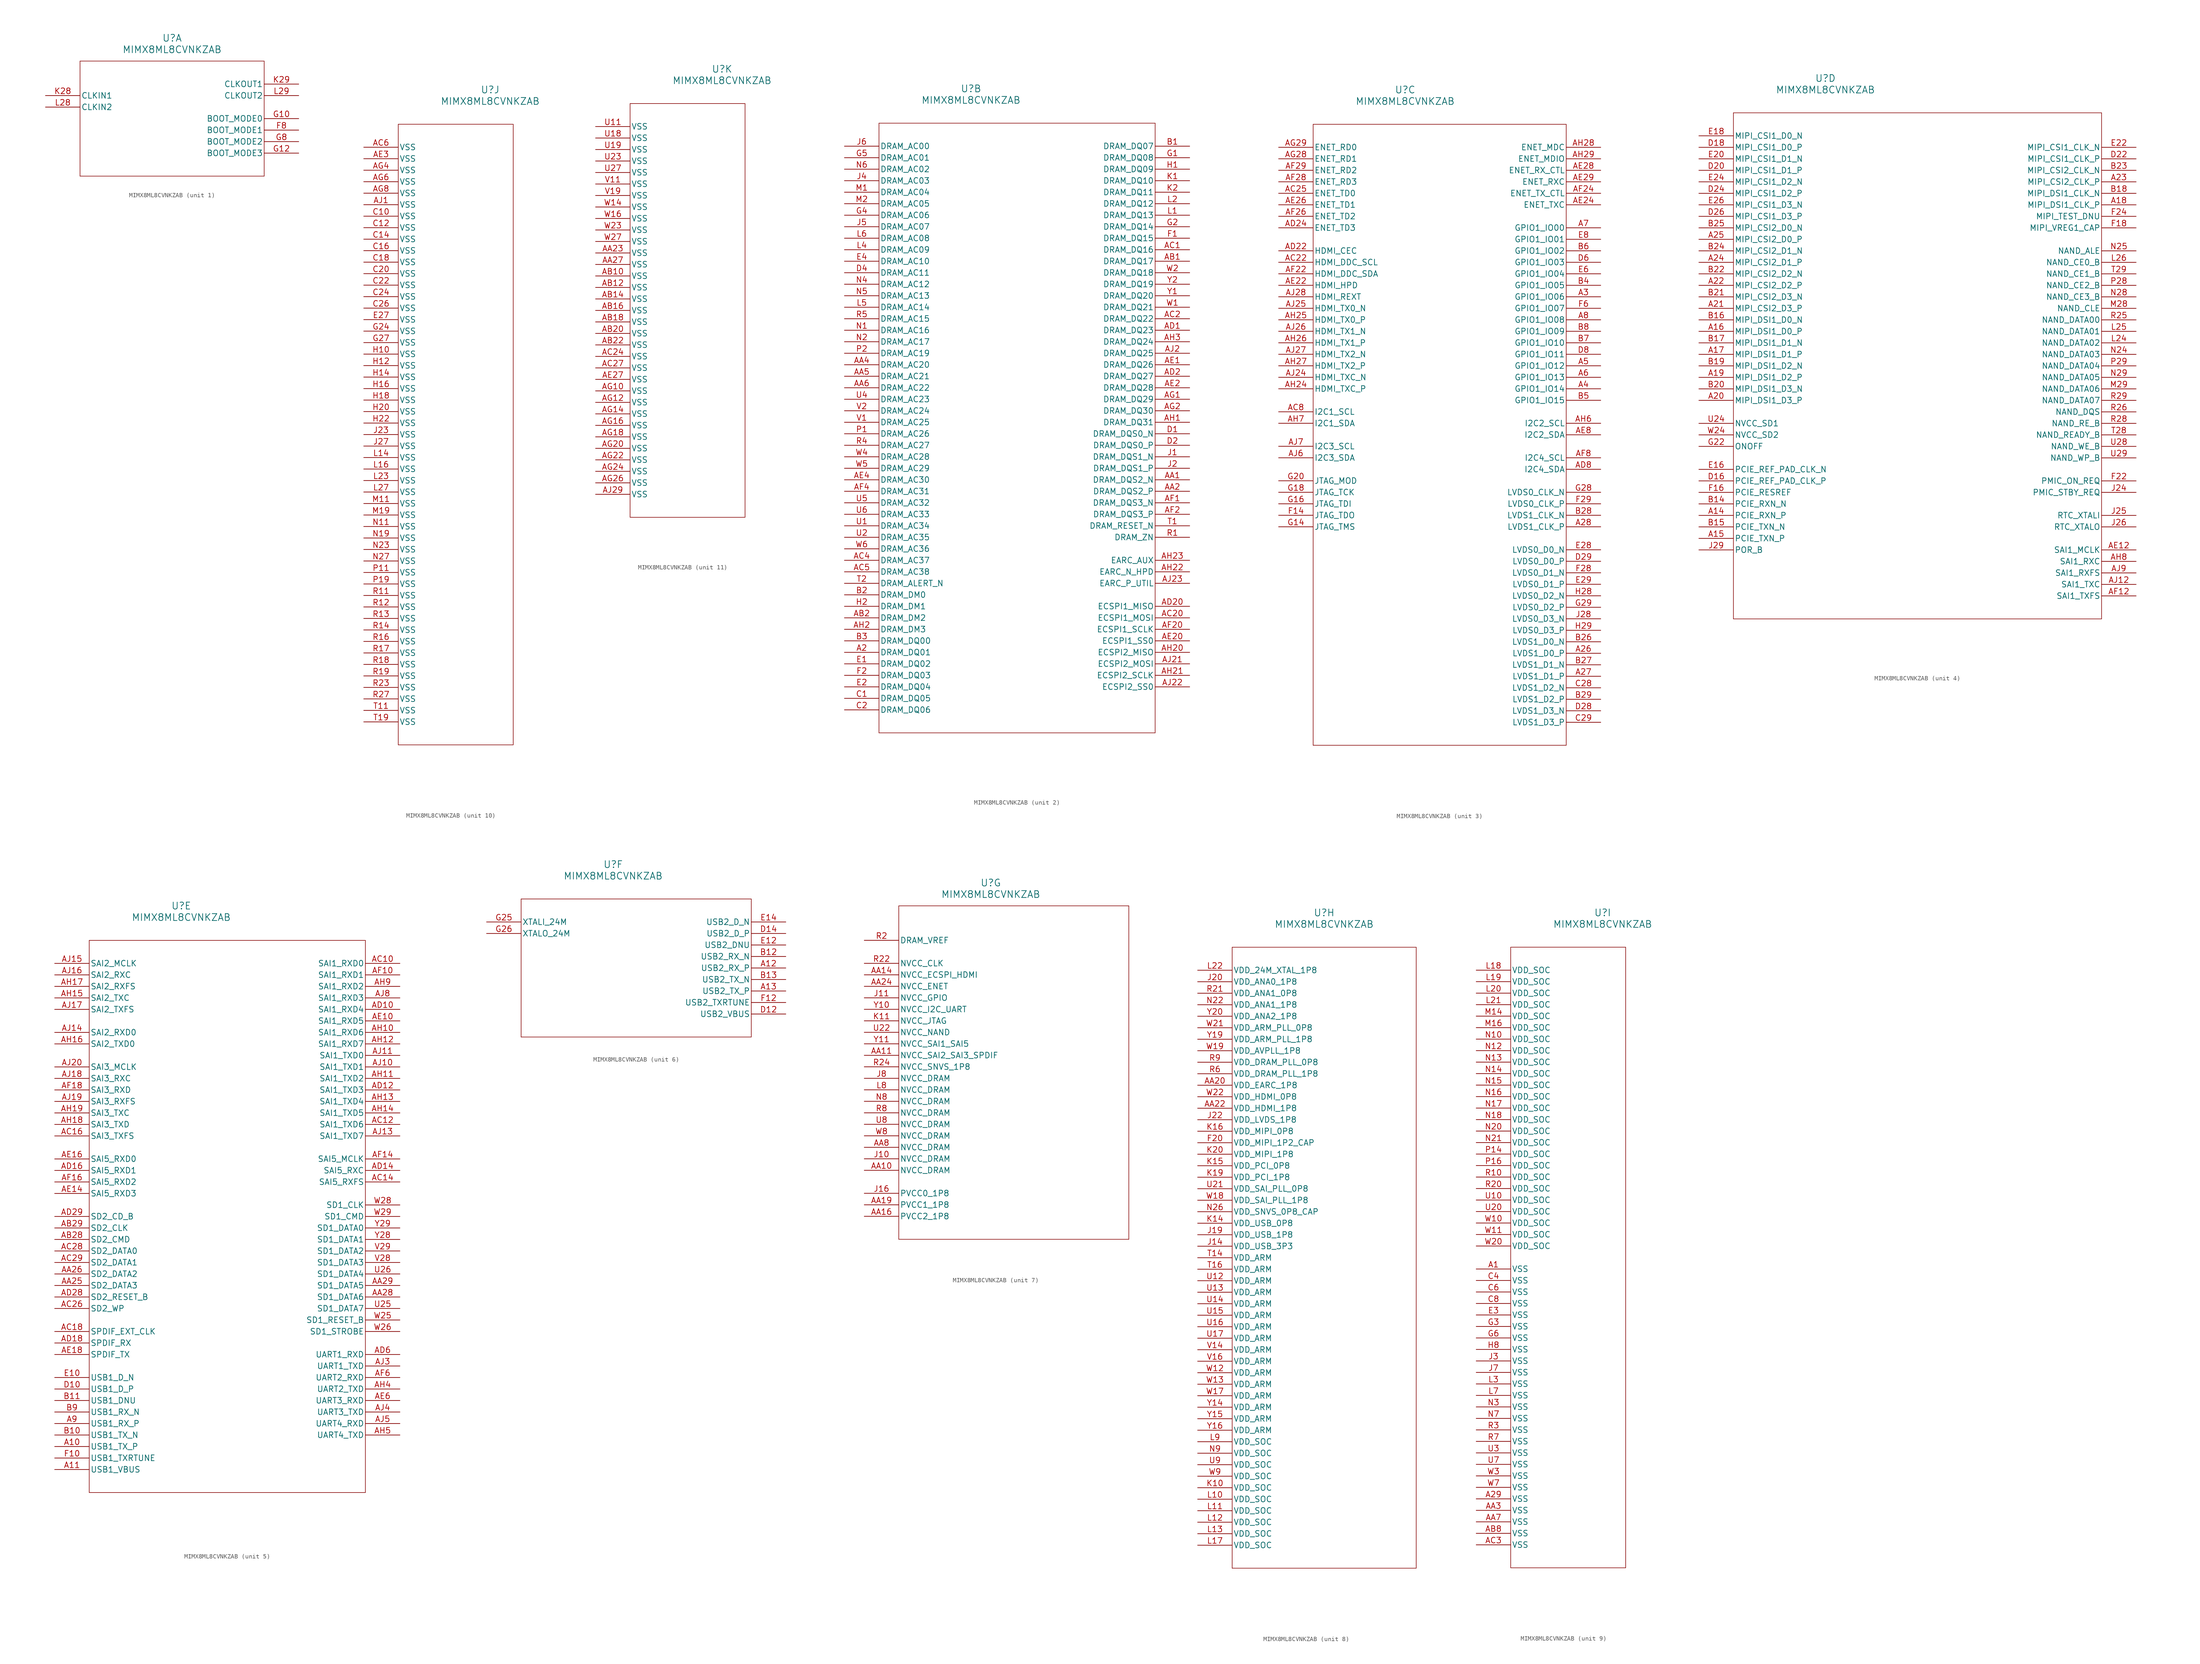
<source format=kicad_sym>
(kicad_symbol_lib
  (version 20211014)
  (generator kicad_symbol_editor)
  (symbol "MIMX8ML8CVNKZAB"
    (pin_names
      (offset 0.254))
    (property "Reference" "U"
      (at 27.94 12.7 0)
      (effects (font (size 1.524 1.524))))
    (property "Value" "MIMX8ML8CVNKZAB"
      (at 27.94 10.16 0)
      (effects (font (size 1.524 1.524))))
    (symbol "MIMX8ML8CVNKZAB_1_1"
      (polyline (pts (xy 7.62 7.62) (xy 7.62 -17.78)) (stroke (width 0.127) (type default) (color 0 0 0 0)) (fill (type none)))
      (polyline (pts (xy 7.62 -17.78) (xy 48.26 -17.78)) (stroke (width 0.127) (type default) (color 0 0 0 0)) (fill (type none)))
      (polyline (pts (xy 48.26 -17.78) (xy 48.26 7.62)) (stroke (width 0.127) (type default) (color 0 0 0 0)) (fill (type none)))
      (polyline (pts (xy 48.26 7.62) (xy 7.62 7.62)) (stroke (width 0.127) (type default) (color 0 0 0 0)) (fill (type none)))
      (pin bidirectional line (at 55.88 -7.62 180) (length 7.62) (name "BOOT_MODE1" (effects (font (size 1.27 1.27)))) (number "F8" (effects (font (size 1.27 1.27)))))
      (pin bidirectional line (at 55.88 -10.16 180) (length 7.62) (name "BOOT_MODE2" (effects (font (size 1.27 1.27)))) (number "G8" (effects (font (size 1.27 1.27)))))
      (pin bidirectional line (at 55.88 -5.08 180) (length 7.62) (name "BOOT_MODE0" (effects (font (size 1.27 1.27)))) (number "G10" (effects (font (size 1.27 1.27)))))
      (pin bidirectional line (at 55.88 -12.7 180) (length 7.62) (name "BOOT_MODE3" (effects (font (size 1.27 1.27)))) (number "G12" (effects (font (size 1.27 1.27)))))
      (pin input line (at 0 0 0) (length 7.62) (name "CLKIN1" (effects (font (size 1.27 1.27)))) (number "K28" (effects (font (size 1.27 1.27)))))
      (pin output line (at 55.88 2.54 180) (length 7.62) (name "CLKOUT1" (effects (font (size 1.27 1.27)))) (number "K29" (effects (font (size 1.27 1.27)))))
      (pin input line (at 0 -2.54 0) (length 7.62) (name "CLKIN2" (effects (font (size 1.27 1.27)))) (number "L28" (effects (font (size 1.27 1.27)))))
      (pin output line (at 55.88 0 180) (length 7.62) (name "CLKOUT2" (effects (font (size 1.27 1.27)))) (number "L29" (effects (font (size 1.27 1.27))))))
    (symbol "MIMX8ML8CVNKZAB_2_1"
      (polyline (pts (xy 7.62 5.08) (xy 7.62 -129.54)) (stroke (width 0.127) (type default) (color 0 0 0 0)) (fill (type none)))
      (polyline (pts (xy 7.62 -129.54) (xy 68.58 -129.54)) (stroke (width 0.127) (type default) (color 0 0 0 0)) (fill (type none)))
      (polyline (pts (xy 68.58 -129.54) (xy 68.58 5.08)) (stroke (width 0.127) (type default) (color 0 0 0 0)) (fill (type none)))
      (polyline (pts (xy 68.58 5.08) (xy 7.62 5.08)) (stroke (width 0.127) (type default) (color 0 0 0 0)) (fill (type none)))
      (pin bidirectional line (at 0 -111.76 0) (length 7.62) (name "DRAM_DQ01" (effects (font (size 1.27 1.27)))) (number "A2" (effects (font (size 1.27 1.27)))))
      (pin bidirectional line (at 76.2 0 180) (length 7.62) (name "DRAM_DQ07" (effects (font (size 1.27 1.27)))) (number "B1" (effects (font (size 1.27 1.27)))))
      (pin bidirectional line (at 0 -99.06 0) (length 7.62) (name "DRAM_DM0" (effects (font (size 1.27 1.27)))) (number "B2" (effects (font (size 1.27 1.27)))))
      (pin bidirectional line (at 0 -109.22 0) (length 7.62) (name "DRAM_DQ00" (effects (font (size 1.27 1.27)))) (number "B3" (effects (font (size 1.27 1.27)))))
      (pin bidirectional line (at 0 -121.92 0) (length 7.62) (name "DRAM_DQ05" (effects (font (size 1.27 1.27)))) (number "C1" (effects (font (size 1.27 1.27)))))
      (pin bidirectional line (at 0 -124.46 0) (length 7.62) (name "DRAM_DQ06" (effects (font (size 1.27 1.27)))) (number "C2" (effects (font (size 1.27 1.27)))))
      (pin bidirectional line (at 76.2 -63.5 180) (length 7.62) (name "DRAM_DQS0_N" (effects (font (size 1.27 1.27)))) (number "D1" (effects (font (size 1.27 1.27)))))
      (pin bidirectional line (at 76.2 -66.04 180) (length 7.62) (name "DRAM_DQS0_P" (effects (font (size 1.27 1.27)))) (number "D2" (effects (font (size 1.27 1.27)))))
      (pin bidirectional line (at 0 -27.94 0) (length 7.62) (name "DRAM_AC11" (effects (font (size 1.27 1.27)))) (number "D4" (effects (font (size 1.27 1.27)))))
      (pin bidirectional line (at 0 -114.3 0) (length 7.62) (name "DRAM_DQ02" (effects (font (size 1.27 1.27)))) (number "E1" (effects (font (size 1.27 1.27)))))
      (pin bidirectional line (at 0 -119.38 0) (length 7.62) (name "DRAM_DQ04" (effects (font (size 1.27 1.27)))) (number "E2" (effects (font (size 1.27 1.27)))))
      (pin bidirectional line (at 0 -25.4 0) (length 7.62) (name "DRAM_AC10" (effects (font (size 1.27 1.27)))) (number "E4" (effects (font (size 1.27 1.27)))))
      (pin bidirectional line (at 76.2 -20.32 180) (length 7.62) (name "DRAM_DQ15" (effects (font (size 1.27 1.27)))) (number "F1" (effects (font (size 1.27 1.27)))))
      (pin bidirectional line (at 0 -116.84 0) (length 7.62) (name "DRAM_DQ03" (effects (font (size 1.27 1.27)))) (number "F2" (effects (font (size 1.27 1.27)))))
      (pin bidirectional line (at 76.2 -2.54 180) (length 7.62) (name "DRAM_DQ08" (effects (font (size 1.27 1.27)))) (number "G1" (effects (font (size 1.27 1.27)))))
      (pin bidirectional line (at 76.2 -17.78 180) (length 7.62) (name "DRAM_DQ14" (effects (font (size 1.27 1.27)))) (number "G2" (effects (font (size 1.27 1.27)))))
      (pin bidirectional line (at 0 -15.24 0) (length 7.62) (name "DRAM_AC06" (effects (font (size 1.27 1.27)))) (number "G4" (effects (font (size 1.27 1.27)))))
      (pin bidirectional line (at 0 -2.54 0) (length 7.62) (name "DRAM_AC01" (effects (font (size 1.27 1.27)))) (number "G5" (effects (font (size 1.27 1.27)))))
      (pin bidirectional line (at 76.2 -5.08 180) (length 7.62) (name "DRAM_DQ09" (effects (font (size 1.27 1.27)))) (number "H1" (effects (font (size 1.27 1.27)))))
      (pin bidirectional line (at 0 -101.6 0) (length 7.62) (name "DRAM_DM1" (effects (font (size 1.27 1.27)))) (number "H2" (effects (font (size 1.27 1.27)))))
      (pin bidirectional line (at 76.2 -68.58 180) (length 7.62) (name "DRAM_DQS1_N" (effects (font (size 1.27 1.27)))) (number "J1" (effects (font (size 1.27 1.27)))))
      (pin bidirectional line (at 76.2 -71.12 180) (length 7.62) (name "DRAM_DQS1_P" (effects (font (size 1.27 1.27)))) (number "J2" (effects (font (size 1.27 1.27)))))
      (pin bidirectional line (at 0 -7.62 0) (length 7.62) (name "DRAM_AC03" (effects (font (size 1.27 1.27)))) (number "J4" (effects (font (size 1.27 1.27)))))
      (pin bidirectional line (at 0 -17.78 0) (length 7.62) (name "DRAM_AC07" (effects (font (size 1.27 1.27)))) (number "J5" (effects (font (size 1.27 1.27)))))
      (pin bidirectional line (at 0 0 0) (length 7.62) (name "DRAM_AC00" (effects (font (size 1.27 1.27)))) (number "J6" (effects (font (size 1.27 1.27)))))
      (pin bidirectional line (at 76.2 -7.62 180) (length 7.62) (name "DRAM_DQ10" (effects (font (size 1.27 1.27)))) (number "K1" (effects (font (size 1.27 1.27)))))
      (pin bidirectional line (at 76.2 -10.16 180) (length 7.62) (name "DRAM_DQ11" (effects (font (size 1.27 1.27)))) (number "K2" (effects (font (size 1.27 1.27)))))
      (pin bidirectional line (at 76.2 -15.24 180) (length 7.62) (name "DRAM_DQ13" (effects (font (size 1.27 1.27)))) (number "L1" (effects (font (size 1.27 1.27)))))
      (pin bidirectional line (at 76.2 -12.7 180) (length 7.62) (name "DRAM_DQ12" (effects (font (size 1.27 1.27)))) (number "L2" (effects (font (size 1.27 1.27)))))
      (pin bidirectional line (at 0 -22.86 0) (length 7.62) (name "DRAM_AC09" (effects (font (size 1.27 1.27)))) (number "L4" (effects (font (size 1.27 1.27)))))
      (pin bidirectional line (at 0 -35.56 0) (length 7.62) (name "DRAM_AC14" (effects (font (size 1.27 1.27)))) (number "L5" (effects (font (size 1.27 1.27)))))
      (pin bidirectional line (at 0 -20.32 0) (length 7.62) (name "DRAM_AC08" (effects (font (size 1.27 1.27)))) (number "L6" (effects (font (size 1.27 1.27)))))
      (pin bidirectional line (at 0 -10.16 0) (length 7.62) (name "DRAM_AC04" (effects (font (size 1.27 1.27)))) (number "M1" (effects (font (size 1.27 1.27)))))
      (pin bidirectional line (at 0 -12.7 0) (length 7.62) (name "DRAM_AC05" (effects (font (size 1.27 1.27)))) (number "M2" (effects (font (size 1.27 1.27)))))
      (pin bidirectional line (at 0 -40.64 0) (length 7.62) (name "DRAM_AC16" (effects (font (size 1.27 1.27)))) (number "N1" (effects (font (size 1.27 1.27)))))
      (pin bidirectional line (at 0 -43.18 0) (length 7.62) (name "DRAM_AC17" (effects (font (size 1.27 1.27)))) (number "N2" (effects (font (size 1.27 1.27)))))
      (pin bidirectional line (at 0 -30.48 0) (length 7.62) (name "DRAM_AC12" (effects (font (size 1.27 1.27)))) (number "N4" (effects (font (size 1.27 1.27)))))
      (pin bidirectional line (at 0 -33.02 0) (length 7.62) (name "DRAM_AC13" (effects (font (size 1.27 1.27)))) (number "N5" (effects (font (size 1.27 1.27)))))
      (pin bidirectional line (at 0 -5.08 0) (length 7.62) (name "DRAM_AC02" (effects (font (size 1.27 1.27)))) (number "N6" (effects (font (size 1.27 1.27)))))
      (pin bidirectional line (at 0 -63.5 0) (length 7.62) (name "DRAM_AC26" (effects (font (size 1.27 1.27)))) (number "P1" (effects (font (size 1.27 1.27)))))
      (pin bidirectional line (at 0 -45.72 0) (length 7.62) (name "DRAM_AC19" (effects (font (size 1.27 1.27)))) (number "P2" (effects (font (size 1.27 1.27)))))
      (pin unspecified line (at 76.2 -86.36 180) (length 7.62) (name "DRAM_ZN" (effects (font (size 1.27 1.27)))) (number "R1" (effects (font (size 1.27 1.27)))))
      (pin bidirectional line (at 0 -66.04 0) (length 7.62) (name "DRAM_AC27" (effects (font (size 1.27 1.27)))) (number "R4" (effects (font (size 1.27 1.27)))))
      (pin bidirectional line (at 0 -38.1 0) (length 7.62) (name "DRAM_AC15" (effects (font (size 1.27 1.27)))) (number "R5" (effects (font (size 1.27 1.27)))))
      (pin unspecified line (at 76.2 -83.82 180) (length 7.62) (name "DRAM_RESET_N" (effects (font (size 1.27 1.27)))) (number "T1" (effects (font (size 1.27 1.27)))))
      (pin unspecified line (at 0 -96.52 0) (length 7.62) (name "DRAM_ALERT_N" (effects (font (size 1.27 1.27)))) (number "T2" (effects (font (size 1.27 1.27)))))
      (pin bidirectional line (at 0 -83.82 0) (length 7.62) (name "DRAM_AC34" (effects (font (size 1.27 1.27)))) (number "U1" (effects (font (size 1.27 1.27)))))
      (pin bidirectional line (at 0 -86.36 0) (length 7.62) (name "DRAM_AC35" (effects (font (size 1.27 1.27)))) (number "U2" (effects (font (size 1.27 1.27)))))
      (pin bidirectional line (at 0 -55.88 0) (length 7.62) (name "DRAM_AC23" (effects (font (size 1.27 1.27)))) (number "U4" (effects (font (size 1.27 1.27)))))
      (pin bidirectional line (at 0 -78.74 0) (length 7.62) (name "DRAM_AC32" (effects (font (size 1.27 1.27)))) (number "U5" (effects (font (size 1.27 1.27)))))
      (pin bidirectional line (at 0 -81.28 0) (length 7.62) (name "DRAM_AC33" (effects (font (size 1.27 1.27)))) (number "U6" (effects (font (size 1.27 1.27)))))
      (pin bidirectional line (at 0 -60.96 0) (length 7.62) (name "DRAM_AC25" (effects (font (size 1.27 1.27)))) (number "V1" (effects (font (size 1.27 1.27)))))
      (pin bidirectional line (at 0 -58.42 0) (length 7.62) (name "DRAM_AC24" (effects (font (size 1.27 1.27)))) (number "V2" (effects (font (size 1.27 1.27)))))
      (pin bidirectional line (at 76.2 -35.56 180) (length 7.62) (name "DRAM_DQ21" (effects (font (size 1.27 1.27)))) (number "W1" (effects (font (size 1.27 1.27)))))
      (pin bidirectional line (at 76.2 -27.94 180) (length 7.62) (name "DRAM_DQ18" (effects (font (size 1.27 1.27)))) (number "W2" (effects (font (size 1.27 1.27)))))
      (pin bidirectional line (at 0 -68.58 0) (length 7.62) (name "DRAM_AC28" (effects (font (size 1.27 1.27)))) (number "W4" (effects (font (size 1.27 1.27)))))
      (pin bidirectional line (at 0 -71.12 0) (length 7.62) (name "DRAM_AC29" (effects (font (size 1.27 1.27)))) (number "W5" (effects (font (size 1.27 1.27)))))
      (pin bidirectional line (at 0 -88.9 0) (length 7.62) (name "DRAM_AC36" (effects (font (size 1.27 1.27)))) (number "W6" (effects (font (size 1.27 1.27)))))
      (pin bidirectional line (at 76.2 -33.02 180) (length 7.62) (name "DRAM_DQ20" (effects (font (size 1.27 1.27)))) (number "Y1" (effects (font (size 1.27 1.27)))))
      (pin bidirectional line (at 76.2 -30.48 180) (length 7.62) (name "DRAM_DQ19" (effects (font (size 1.27 1.27)))) (number "Y2" (effects (font (size 1.27 1.27)))))
      (pin bidirectional line (at 76.2 -73.66 180) (length 7.62) (name "DRAM_DQS2_N" (effects (font (size 1.27 1.27)))) (number "AA1" (effects (font (size 1.27 1.27)))))
      (pin bidirectional line (at 76.2 -76.2 180) (length 7.62) (name "DRAM_DQS2_P" (effects (font (size 1.27 1.27)))) (number "AA2" (effects (font (size 1.27 1.27)))))
      (pin bidirectional line (at 0 -48.26 0) (length 7.62) (name "DRAM_AC20" (effects (font (size 1.27 1.27)))) (number "AA4" (effects (font (size 1.27 1.27)))))
      (pin bidirectional line (at 0 -50.8 0) (length 7.62) (name "DRAM_AC21" (effects (font (size 1.27 1.27)))) (number "AA5" (effects (font (size 1.27 1.27)))))
      (pin bidirectional line (at 0 -53.34 0) (length 7.62) (name "DRAM_AC22" (effects (font (size 1.27 1.27)))) (number "AA6" (effects (font (size 1.27 1.27)))))
      (pin bidirectional line (at 76.2 -25.4 180) (length 7.62) (name "DRAM_DQ17" (effects (font (size 1.27 1.27)))) (number "AB1" (effects (font (size 1.27 1.27)))))
      (pin bidirectional line (at 0 -104.14 0) (length 7.62) (name "DRAM_DM2" (effects (font (size 1.27 1.27)))) (number "AB2" (effects (font (size 1.27 1.27)))))
      (pin bidirectional line (at 76.2 -22.86 180) (length 7.62) (name "DRAM_DQ16" (effects (font (size 1.27 1.27)))) (number "AC1" (effects (font (size 1.27 1.27)))))
      (pin bidirectional line (at 76.2 -38.1 180) (length 7.62) (name "DRAM_DQ22" (effects (font (size 1.27 1.27)))) (number "AC2" (effects (font (size 1.27 1.27)))))
      (pin bidirectional line (at 0 -91.44 0) (length 7.62) (name "DRAM_AC37" (effects (font (size 1.27 1.27)))) (number "AC4" (effects (font (size 1.27 1.27)))))
      (pin bidirectional line (at 0 -93.98 0) (length 7.62) (name "DRAM_AC38" (effects (font (size 1.27 1.27)))) (number "AC5" (effects (font (size 1.27 1.27)))))
      (pin bidirectional line (at 76.2 -40.64 180) (length 7.62) (name "DRAM_DQ23" (effects (font (size 1.27 1.27)))) (number "AD1" (effects (font (size 1.27 1.27)))))
      (pin bidirectional line (at 76.2 -50.8 180) (length 7.62) (name "DRAM_DQ27" (effects (font (size 1.27 1.27)))) (number "AD2" (effects (font (size 1.27 1.27)))))
      (pin bidirectional line (at 76.2 -48.26 180) (length 7.62) (name "DRAM_DQ26" (effects (font (size 1.27 1.27)))) (number "AE1" (effects (font (size 1.27 1.27)))))
      (pin bidirectional line (at 76.2 -53.34 180) (length 7.62) (name "DRAM_DQ28" (effects (font (size 1.27 1.27)))) (number "AE2" (effects (font (size 1.27 1.27)))))
      (pin bidirectional line (at 0 -73.66 0) (length 7.62) (name "DRAM_AC30" (effects (font (size 1.27 1.27)))) (number "AE4" (effects (font (size 1.27 1.27)))))
      (pin bidirectional line (at 76.2 -78.74 180) (length 7.62) (name "DRAM_DQS3_N" (effects (font (size 1.27 1.27)))) (number "AF1" (effects (font (size 1.27 1.27)))))
      (pin bidirectional line (at 76.2 -81.28 180) (length 7.62) (name "DRAM_DQS3_P" (effects (font (size 1.27 1.27)))) (number "AF2" (effects (font (size 1.27 1.27)))))
      (pin bidirectional line (at 0 -76.2 0) (length 7.62) (name "DRAM_AC31" (effects (font (size 1.27 1.27)))) (number "AF4" (effects (font (size 1.27 1.27)))))
      (pin bidirectional line (at 76.2 -55.88 180) (length 7.62) (name "DRAM_DQ29" (effects (font (size 1.27 1.27)))) (number "AG1" (effects (font (size 1.27 1.27)))))
      (pin bidirectional line (at 76.2 -58.42 180) (length 7.62) (name "DRAM_DQ30" (effects (font (size 1.27 1.27)))) (number "AG2" (effects (font (size 1.27 1.27)))))
      (pin bidirectional line (at 76.2 -60.96 180) (length 7.62) (name "DRAM_DQ31" (effects (font (size 1.27 1.27)))) (number "AH1" (effects (font (size 1.27 1.27)))))
      (pin bidirectional line (at 0 -106.68 0) (length 7.62) (name "DRAM_DM3" (effects (font (size 1.27 1.27)))) (number "AH2" (effects (font (size 1.27 1.27)))))
      (pin bidirectional line (at 76.2 -43.18 180) (length 7.62) (name "DRAM_DQ24" (effects (font (size 1.27 1.27)))) (number "AH3" (effects (font (size 1.27 1.27)))))
      (pin bidirectional line (at 76.2 -45.72 180) (length 7.62) (name "DRAM_DQ25" (effects (font (size 1.27 1.27)))) (number "AJ2" (effects (font (size 1.27 1.27)))))
      (pin bidirectional line (at 76.2 -104.14 180) (length 7.62) (name "ECSPI1_MOSI" (effects (font (size 1.27 1.27)))) (number "AC20" (effects (font (size 1.27 1.27)))))
      (pin bidirectional line (at 76.2 -101.6 180) (length 7.62) (name "ECSPI1_MISO" (effects (font (size 1.27 1.27)))) (number "AD20" (effects (font (size 1.27 1.27)))))
      (pin bidirectional line (at 76.2 -109.22 180) (length 7.62) (name "ECSPI1_SS0" (effects (font (size 1.27 1.27)))) (number "AE20" (effects (font (size 1.27 1.27)))))
      (pin bidirectional line (at 76.2 -106.68 180) (length 7.62) (name "ECSPI1_SCLK" (effects (font (size 1.27 1.27)))) (number "AF20" (effects (font (size 1.27 1.27)))))
      (pin bidirectional line (at 76.2 -111.76 180) (length 7.62) (name "ECSPI2_MISO" (effects (font (size 1.27 1.27)))) (number "AH20" (effects (font (size 1.27 1.27)))))
      (pin bidirectional line (at 76.2 -116.84 180) (length 7.62) (name "ECSPI2_SCLK" (effects (font (size 1.27 1.27)))) (number "AH21" (effects (font (size 1.27 1.27)))))
      (pin unspecified line (at 76.2 -93.98 180) (length 7.62) (name "EARC_N_HPD" (effects (font (size 1.27 1.27)))) (number "AH22" (effects (font (size 1.27 1.27)))))
      (pin unspecified line (at 76.2 -91.44 180) (length 7.62) (name "EARC_AUX" (effects (font (size 1.27 1.27)))) (number "AH23" (effects (font (size 1.27 1.27)))))
      (pin bidirectional line (at 76.2 -114.3 180) (length 7.62) (name "ECSPI2_MOSI" (effects (font (size 1.27 1.27)))) (number "AJ21" (effects (font (size 1.27 1.27)))))
      (pin bidirectional line (at 76.2 -119.38 180) (length 7.62) (name "ECSPI2_SS0" (effects (font (size 1.27 1.27)))) (number "AJ22" (effects (font (size 1.27 1.27)))))
      (pin unspecified line (at 76.2 -96.52 180) (length 7.62) (name "EARC_P_UTIL" (effects (font (size 1.27 1.27)))) (number "AJ23" (effects (font (size 1.27 1.27))))))
    (symbol "MIMX8ML8CVNKZAB_3_1"
      (polyline (pts (xy 7.62 5.08) (xy 7.62 -132.08)) (stroke (width 0.127) (type default) (color 0 0 0 0)) (fill (type none)))
      (polyline (pts (xy 7.62 -132.08) (xy 63.5 -132.08)) (stroke (width 0.127) (type default) (color 0 0 0 0)) (fill (type none)))
      (polyline (pts (xy 63.5 -132.08) (xy 63.5 5.08)) (stroke (width 0.127) (type default) (color 0 0 0 0)) (fill (type none)))
      (polyline (pts (xy 63.5 5.08) (xy 7.62 5.08)) (stroke (width 0.127) (type default) (color 0 0 0 0)) (fill (type none)))
      (pin bidirectional line (at 71.12 -33.02 180) (length 7.62) (name "GPIO1_IO06" (effects (font (size 1.27 1.27)))) (number "A3" (effects (font (size 1.27 1.27)))))
      (pin bidirectional line (at 71.12 -53.34 180) (length 7.62) (name "GPIO1_IO14" (effects (font (size 1.27 1.27)))) (number "A4" (effects (font (size 1.27 1.27)))))
      (pin bidirectional line (at 71.12 -48.26 180) (length 7.62) (name "GPIO1_IO12" (effects (font (size 1.27 1.27)))) (number "A5" (effects (font (size 1.27 1.27)))))
      (pin bidirectional line (at 71.12 -50.8 180) (length 7.62) (name "GPIO1_IO13" (effects (font (size 1.27 1.27)))) (number "A6" (effects (font (size 1.27 1.27)))))
      (pin bidirectional line (at 71.12 -17.78 180) (length 7.62) (name "GPIO1_IO00" (effects (font (size 1.27 1.27)))) (number "A7" (effects (font (size 1.27 1.27)))))
      (pin bidirectional line (at 71.12 -38.1 180) (length 7.62) (name "GPIO1_IO08" (effects (font (size 1.27 1.27)))) (number "A8" (effects (font (size 1.27 1.27)))))
      (pin bidirectional line (at 71.12 -30.48 180) (length 7.62) (name "GPIO1_IO05" (effects (font (size 1.27 1.27)))) (number "B4" (effects (font (size 1.27 1.27)))))
      (pin bidirectional line (at 71.12 -55.88 180) (length 7.62) (name "GPIO1_IO15" (effects (font (size 1.27 1.27)))) (number "B5" (effects (font (size 1.27 1.27)))))
      (pin bidirectional line (at 71.12 -22.86 180) (length 7.62) (name "GPIO1_IO02" (effects (font (size 1.27 1.27)))) (number "B6" (effects (font (size 1.27 1.27)))))
      (pin bidirectional line (at 71.12 -43.18 180) (length 7.62) (name "GPIO1_IO10" (effects (font (size 1.27 1.27)))) (number "B7" (effects (font (size 1.27 1.27)))))
      (pin bidirectional line (at 71.12 -40.64 180) (length 7.62) (name "GPIO1_IO09" (effects (font (size 1.27 1.27)))) (number "B8" (effects (font (size 1.27 1.27)))))
      (pin bidirectional line (at 71.12 -25.4 180) (length 7.62) (name "GPIO1_IO03" (effects (font (size 1.27 1.27)))) (number "D6" (effects (font (size 1.27 1.27)))))
      (pin bidirectional line (at 71.12 -45.72 180) (length 7.62) (name "GPIO1_IO11" (effects (font (size 1.27 1.27)))) (number "D8" (effects (font (size 1.27 1.27)))))
      (pin bidirectional line (at 71.12 -27.94 180) (length 7.62) (name "GPIO1_IO04" (effects (font (size 1.27 1.27)))) (number "E6" (effects (font (size 1.27 1.27)))))
      (pin bidirectional line (at 71.12 -20.32 180) (length 7.62) (name "GPIO1_IO01" (effects (font (size 1.27 1.27)))) (number "E8" (effects (font (size 1.27 1.27)))))
      (pin bidirectional line (at 71.12 -35.56 180) (length 7.62) (name "GPIO1_IO07" (effects (font (size 1.27 1.27)))) (number "F6" (effects (font (size 1.27 1.27)))))
      (pin bidirectional line (at 71.12 -111.76 180) (length 7.62) (name "LVDS1_D0_P" (effects (font (size 1.27 1.27)))) (number "A26" (effects (font (size 1.27 1.27)))))
      (pin bidirectional line (at 71.12 -116.84 180) (length 7.62) (name "LVDS1_D1_P" (effects (font (size 1.27 1.27)))) (number "A27" (effects (font (size 1.27 1.27)))))
      (pin bidirectional line (at 71.12 -83.82 180) (length 7.62) (name "LVDS1_CLK_P" (effects (font (size 1.27 1.27)))) (number "A28" (effects (font (size 1.27 1.27)))))
      (pin bidirectional line (at 0 -58.42 0) (length 7.62) (name "I2C1_SCL" (effects (font (size 1.27 1.27)))) (number "AC8" (effects (font (size 1.27 1.27)))))
      (pin bidirectional line (at 71.12 -71.12 180) (length 7.62) (name "I2C4_SDA" (effects (font (size 1.27 1.27)))) (number "AD8" (effects (font (size 1.27 1.27)))))
      (pin bidirectional line (at 71.12 -63.5 180) (length 7.62) (name "I2C2_SDA" (effects (font (size 1.27 1.27)))) (number "AE8" (effects (font (size 1.27 1.27)))))
      (pin bidirectional line (at 71.12 -68.58 180) (length 7.62) (name "I2C4_SCL" (effects (font (size 1.27 1.27)))) (number "AF8" (effects (font (size 1.27 1.27)))))
      (pin bidirectional line (at 71.12 -60.96 180) (length 7.62) (name "I2C2_SCL" (effects (font (size 1.27 1.27)))) (number "AH6" (effects (font (size 1.27 1.27)))))
      (pin bidirectional line (at 0 -60.96 0) (length 7.62) (name "I2C1_SDA" (effects (font (size 1.27 1.27)))) (number "AH7" (effects (font (size 1.27 1.27)))))
      (pin bidirectional line (at 0 -68.58 0) (length 7.62) (name "I2C3_SDA" (effects (font (size 1.27 1.27)))) (number "AJ6" (effects (font (size 1.27 1.27)))))
      (pin bidirectional line (at 0 -66.04 0) (length 7.62) (name "I2C3_SCL" (effects (font (size 1.27 1.27)))) (number "AJ7" (effects (font (size 1.27 1.27)))))
      (pin bidirectional line (at 71.12 -109.22 180) (length 7.62) (name "LVDS1_D0_N" (effects (font (size 1.27 1.27)))) (number "B26" (effects (font (size 1.27 1.27)))))
      (pin bidirectional line (at 71.12 -114.3 180) (length 7.62) (name "LVDS1_D1_N" (effects (font (size 1.27 1.27)))) (number "B27" (effects (font (size 1.27 1.27)))))
      (pin bidirectional line (at 71.12 -81.28 180) (length 7.62) (name "LVDS1_CLK_N" (effects (font (size 1.27 1.27)))) (number "B28" (effects (font (size 1.27 1.27)))))
      (pin bidirectional line (at 71.12 -121.92 180) (length 7.62) (name "LVDS1_D2_P" (effects (font (size 1.27 1.27)))) (number "B29" (effects (font (size 1.27 1.27)))))
      (pin bidirectional line (at 71.12 -119.38 180) (length 7.62) (name "LVDS1_D2_N" (effects (font (size 1.27 1.27)))) (number "C28" (effects (font (size 1.27 1.27)))))
      (pin bidirectional line (at 71.12 -127 180) (length 7.62) (name "LVDS1_D3_P" (effects (font (size 1.27 1.27)))) (number "C29" (effects (font (size 1.27 1.27)))))
      (pin bidirectional line (at 71.12 -124.46 180) (length 7.62) (name "LVDS1_D3_N" (effects (font (size 1.27 1.27)))) (number "D28" (effects (font (size 1.27 1.27)))))
      (pin bidirectional line (at 71.12 -91.44 180) (length 7.62) (name "LVDS0_D0_P" (effects (font (size 1.27 1.27)))) (number "D29" (effects (font (size 1.27 1.27)))))
      (pin bidirectional line (at 71.12 -88.9 180) (length 7.62) (name "LVDS0_D0_N" (effects (font (size 1.27 1.27)))) (number "E28" (effects (font (size 1.27 1.27)))))
      (pin bidirectional line (at 71.12 -96.52 180) (length 7.62) (name "LVDS0_D1_P" (effects (font (size 1.27 1.27)))) (number "E29" (effects (font (size 1.27 1.27)))))
      (pin unspecified line (at 0 -81.28 0) (length 7.62) (name "JTAG_TDO" (effects (font (size 1.27 1.27)))) (number "F14" (effects (font (size 1.27 1.27)))))
      (pin bidirectional line (at 71.12 -93.98 180) (length 7.62) (name "LVDS0_D1_N" (effects (font (size 1.27 1.27)))) (number "F28" (effects (font (size 1.27 1.27)))))
      (pin bidirectional line (at 71.12 -78.74 180) (length 7.62) (name "LVDS0_CLK_P" (effects (font (size 1.27 1.27)))) (number "F29" (effects (font (size 1.27 1.27)))))
      (pin unspecified line (at 0 -83.82 0) (length 7.62) (name "JTAG_TMS" (effects (font (size 1.27 1.27)))) (number "G14" (effects (font (size 1.27 1.27)))))
      (pin unspecified line (at 0 -78.74 0) (length 7.62) (name "JTAG_TDI" (effects (font (size 1.27 1.27)))) (number "G16" (effects (font (size 1.27 1.27)))))
      (pin unspecified line (at 0 -76.2 0) (length 7.62) (name "JTAG_TCK" (effects (font (size 1.27 1.27)))) (number "G18" (effects (font (size 1.27 1.27)))))
      (pin unspecified line (at 0 -73.66 0) (length 7.62) (name "JTAG_MOD" (effects (font (size 1.27 1.27)))) (number "G20" (effects (font (size 1.27 1.27)))))
      (pin bidirectional line (at 71.12 -76.2 180) (length 7.62) (name "LVDS0_CLK_N" (effects (font (size 1.27 1.27)))) (number "G28" (effects (font (size 1.27 1.27)))))
      (pin bidirectional line (at 71.12 -101.6 180) (length 7.62) (name "LVDS0_D2_P" (effects (font (size 1.27 1.27)))) (number "G29" (effects (font (size 1.27 1.27)))))
      (pin bidirectional line (at 71.12 -99.06 180) (length 7.62) (name "LVDS0_D2_N" (effects (font (size 1.27 1.27)))) (number "H28" (effects (font (size 1.27 1.27)))))
      (pin bidirectional line (at 71.12 -106.68 180) (length 7.62) (name "LVDS0_D3_P" (effects (font (size 1.27 1.27)))) (number "H29" (effects (font (size 1.27 1.27)))))
      (pin bidirectional line (at 71.12 -104.14 180) (length 7.62) (name "LVDS0_D3_N" (effects (font (size 1.27 1.27)))) (number "J28" (effects (font (size 1.27 1.27)))))
      (pin unspecified line (at 0 -25.4 0) (length 7.62) (name "HDMI_DDC_SCL" (effects (font (size 1.27 1.27)))) (number "AC22" (effects (font (size 1.27 1.27)))))
      (pin bidirectional line (at 0 -10.16 0) (length 7.62) (name "ENET_TD0" (effects (font (size 1.27 1.27)))) (number "AC25" (effects (font (size 1.27 1.27)))))
      (pin unspecified line (at 0 -22.86 0) (length 7.62) (name "HDMI_CEC" (effects (font (size 1.27 1.27)))) (number "AD22" (effects (font (size 1.27 1.27)))))
      (pin bidirectional line (at 0 -17.78 0) (length 7.62) (name "ENET_TD3" (effects (font (size 1.27 1.27)))) (number "AD24" (effects (font (size 1.27 1.27)))))
      (pin unspecified line (at 0 -30.48 0) (length 7.62) (name "HDMI_HPD" (effects (font (size 1.27 1.27)))) (number "AE22" (effects (font (size 1.27 1.27)))))
      (pin unspecified line (at 71.12 -12.7 180) (length 7.62) (name "ENET_TXC" (effects (font (size 1.27 1.27)))) (number "AE24" (effects (font (size 1.27 1.27)))))
      (pin bidirectional line (at 0 -12.7 0) (length 7.62) (name "ENET_TD1" (effects (font (size 1.27 1.27)))) (number "AE26" (effects (font (size 1.27 1.27)))))
      (pin unspecified line (at 71.12 -5.08 180) (length 7.62) (name "ENET_RX_CTL" (effects (font (size 1.27 1.27)))) (number "AE28" (effects (font (size 1.27 1.27)))))
      (pin unspecified line (at 71.12 -7.62 180) (length 7.62) (name "ENET_RXC" (effects (font (size 1.27 1.27)))) (number "AE29" (effects (font (size 1.27 1.27)))))
      (pin unspecified line (at 0 -27.94 0) (length 7.62) (name "HDMI_DDC_SDA" (effects (font (size 1.27 1.27)))) (number "AF22" (effects (font (size 1.27 1.27)))))
      (pin unspecified line (at 71.12 -10.16 180) (length 7.62) (name "ENET_TX_CTL" (effects (font (size 1.27 1.27)))) (number "AF24" (effects (font (size 1.27 1.27)))))
      (pin bidirectional line (at 0 -15.24 0) (length 7.62) (name "ENET_TD2" (effects (font (size 1.27 1.27)))) (number "AF26" (effects (font (size 1.27 1.27)))))
      (pin bidirectional line (at 0 -7.62 0) (length 7.62) (name "ENET_RD3" (effects (font (size 1.27 1.27)))) (number "AF28" (effects (font (size 1.27 1.27)))))
      (pin bidirectional line (at 0 -5.08 0) (length 7.62) (name "ENET_RD2" (effects (font (size 1.27 1.27)))) (number "AF29" (effects (font (size 1.27 1.27)))))
      (pin bidirectional line (at 0 -2.54 0) (length 7.62) (name "ENET_RD1" (effects (font (size 1.27 1.27)))) (number "AG28" (effects (font (size 1.27 1.27)))))
      (pin bidirectional line (at 0 0 0) (length 7.62) (name "ENET_RD0" (effects (font (size 1.27 1.27)))) (number "AG29" (effects (font (size 1.27 1.27)))))
      (pin unspecified line (at 0 -53.34 0) (length 7.62) (name "HDMI_TXC_P" (effects (font (size 1.27 1.27)))) (number "AH24" (effects (font (size 1.27 1.27)))))
      (pin bidirectional line (at 0 -38.1 0) (length 7.62) (name "HDMI_TX0_P" (effects (font (size 1.27 1.27)))) (number "AH25" (effects (font (size 1.27 1.27)))))
      (pin bidirectional line (at 0 -43.18 0) (length 7.62) (name "HDMI_TX1_P" (effects (font (size 1.27 1.27)))) (number "AH26" (effects (font (size 1.27 1.27)))))
      (pin bidirectional line (at 0 -48.26 0) (length 7.62) (name "HDMI_TX2_P" (effects (font (size 1.27 1.27)))) (number "AH27" (effects (font (size 1.27 1.27)))))
      (pin unspecified line (at 71.12 0 180) (length 7.62) (name "ENET_MDC" (effects (font (size 1.27 1.27)))) (number "AH28" (effects (font (size 1.27 1.27)))))
      (pin unspecified line (at 71.12 -2.54 180) (length 7.62) (name "ENET_MDIO" (effects (font (size 1.27 1.27)))) (number "AH29" (effects (font (size 1.27 1.27)))))
      (pin unspecified line (at 0 -50.8 0) (length 7.62) (name "HDMI_TXC_N" (effects (font (size 1.27 1.27)))) (number "AJ24" (effects (font (size 1.27 1.27)))))
      (pin bidirectional line (at 0 -35.56 0) (length 7.62) (name "HDMI_TX0_N" (effects (font (size 1.27 1.27)))) (number "AJ25" (effects (font (size 1.27 1.27)))))
      (pin bidirectional line (at 0 -40.64 0) (length 7.62) (name "HDMI_TX1_N" (effects (font (size 1.27 1.27)))) (number "AJ26" (effects (font (size 1.27 1.27)))))
      (pin bidirectional line (at 0 -45.72 0) (length 7.62) (name "HDMI_TX2_N" (effects (font (size 1.27 1.27)))) (number "AJ27" (effects (font (size 1.27 1.27)))))
      (pin unspecified line (at 0 -33.02 0) (length 7.62) (name "HDMI_REXT" (effects (font (size 1.27 1.27)))) (number "AJ28" (effects (font (size 1.27 1.27))))))
    (symbol "MIMX8ML8CVNKZAB_4_1"
      (polyline (pts (xy 7.62 5.08) (xy 7.62 -106.68)) (stroke (width 0.127) (type default) (color 0 0 0 0)) (fill (type none)))
      (polyline (pts (xy 7.62 -106.68) (xy 88.9 -106.68)) (stroke (width 0.127) (type default) (color 0 0 0 0)) (fill (type none)))
      (polyline (pts (xy 88.9 -106.68) (xy 88.9 5.08)) (stroke (width 0.127) (type default) (color 0 0 0 0)) (fill (type none)))
      (polyline (pts (xy 88.9 5.08) (xy 7.62 5.08)) (stroke (width 0.127) (type default) (color 0 0 0 0)) (fill (type none)))
      (pin unspecified line (at 0 -83.82 0) (length 7.62) (name "PCIE_RXN_P" (effects (font (size 1.27 1.27)))) (number "A14" (effects (font (size 1.27 1.27)))))
      (pin unspecified line (at 0 -88.9 0) (length 7.62) (name "PCIE_TXN_P" (effects (font (size 1.27 1.27)))) (number "A15" (effects (font (size 1.27 1.27)))))
      (pin bidirectional line (at 0 -43.18 0) (length 7.62) (name "MIPI_DSI1_D0_P" (effects (font (size 1.27 1.27)))) (number "A16" (effects (font (size 1.27 1.27)))))
      (pin bidirectional line (at 0 -48.26 0) (length 7.62) (name "MIPI_DSI1_D1_P" (effects (font (size 1.27 1.27)))) (number "A17" (effects (font (size 1.27 1.27)))))
      (pin bidirectional line (at 96.52 -15.24 180) (length 7.62) (name "MIPI_DSI1_CLK_P" (effects (font (size 1.27 1.27)))) (number "A18" (effects (font (size 1.27 1.27)))))
      (pin bidirectional line (at 0 -53.34 0) (length 7.62) (name "MIPI_DSI1_D2_P" (effects (font (size 1.27 1.27)))) (number "A19" (effects (font (size 1.27 1.27)))))
      (pin bidirectional line (at 0 -58.42 0) (length 7.62) (name "MIPI_DSI1_D3_P" (effects (font (size 1.27 1.27)))) (number "A20" (effects (font (size 1.27 1.27)))))
      (pin bidirectional line (at 0 -38.1 0) (length 7.62) (name "MIPI_CSI2_D3_P" (effects (font (size 1.27 1.27)))) (number "A21" (effects (font (size 1.27 1.27)))))
      (pin bidirectional line (at 0 -33.02 0) (length 7.62) (name "MIPI_CSI2_D2_P" (effects (font (size 1.27 1.27)))) (number "A22" (effects (font (size 1.27 1.27)))))
      (pin bidirectional line (at 96.52 -10.16 180) (length 7.62) (name "MIPI_CSI2_CLK_P" (effects (font (size 1.27 1.27)))) (number "A23" (effects (font (size 1.27 1.27)))))
      (pin bidirectional line (at 0 -27.94 0) (length 7.62) (name "MIPI_CSI2_D1_P" (effects (font (size 1.27 1.27)))) (number "A24" (effects (font (size 1.27 1.27)))))
      (pin bidirectional line (at 0 -22.86 0) (length 7.62) (name "MIPI_CSI2_D0_P" (effects (font (size 1.27 1.27)))) (number "A25" (effects (font (size 1.27 1.27)))))
      (pin bidirectional line (at 96.52 -93.98 180) (length 7.62) (name "SAI1_RXC" (effects (font (size 1.27 1.27)))) (number "AH8" (effects (font (size 1.27 1.27)))))
      (pin bidirectional line (at 96.52 -96.52 180) (length 7.62) (name "SAI1_RXFS" (effects (font (size 1.27 1.27)))) (number "AJ9" (effects (font (size 1.27 1.27)))))
      (pin unspecified line (at 0 -81.28 0) (length 7.62) (name "PCIE_RXN_N" (effects (font (size 1.27 1.27)))) (number "B14" (effects (font (size 1.27 1.27)))))
      (pin unspecified line (at 0 -86.36 0) (length 7.62) (name "PCIE_TXN_N" (effects (font (size 1.27 1.27)))) (number "B15" (effects (font (size 1.27 1.27)))))
      (pin bidirectional line (at 0 -40.64 0) (length 7.62) (name "MIPI_DSI1_D0_N" (effects (font (size 1.27 1.27)))) (number "B16" (effects (font (size 1.27 1.27)))))
      (pin bidirectional line (at 0 -45.72 0) (length 7.62) (name "MIPI_DSI1_D1_N" (effects (font (size 1.27 1.27)))) (number "B17" (effects (font (size 1.27 1.27)))))
      (pin bidirectional line (at 96.52 -12.7 180) (length 7.62) (name "MIPI_DSI1_CLK_N" (effects (font (size 1.27 1.27)))) (number "B18" (effects (font (size 1.27 1.27)))))
      (pin bidirectional line (at 0 -50.8 0) (length 7.62) (name "MIPI_DSI1_D2_N" (effects (font (size 1.27 1.27)))) (number "B19" (effects (font (size 1.27 1.27)))))
      (pin bidirectional line (at 0 -55.88 0) (length 7.62) (name "MIPI_DSI1_D3_N" (effects (font (size 1.27 1.27)))) (number "B20" (effects (font (size 1.27 1.27)))))
      (pin bidirectional line (at 0 -35.56 0) (length 7.62) (name "MIPI_CSI2_D3_N" (effects (font (size 1.27 1.27)))) (number "B21" (effects (font (size 1.27 1.27)))))
      (pin bidirectional line (at 0 -30.48 0) (length 7.62) (name "MIPI_CSI2_D2_N" (effects (font (size 1.27 1.27)))) (number "B22" (effects (font (size 1.27 1.27)))))
      (pin bidirectional line (at 96.52 -7.62 180) (length 7.62) (name "MIPI_CSI2_CLK_N" (effects (font (size 1.27 1.27)))) (number "B23" (effects (font (size 1.27 1.27)))))
      (pin bidirectional line (at 0 -25.4 0) (length 7.62) (name "MIPI_CSI2_D1_N" (effects (font (size 1.27 1.27)))) (number "B24" (effects (font (size 1.27 1.27)))))
      (pin bidirectional line (at 0 -20.32 0) (length 7.62) (name "MIPI_CSI2_D0_N" (effects (font (size 1.27 1.27)))) (number "B25" (effects (font (size 1.27 1.27)))))
      (pin unspecified line (at 0 -76.2 0) (length 7.62) (name "PCIE_REF_PAD_CLK_P" (effects (font (size 1.27 1.27)))) (number "D16" (effects (font (size 1.27 1.27)))))
      (pin bidirectional line (at 0 -2.54 0) (length 7.62) (name "MIPI_CSI1_D0_P" (effects (font (size 1.27 1.27)))) (number "D18" (effects (font (size 1.27 1.27)))))
      (pin bidirectional line (at 0 -7.62 0) (length 7.62) (name "MIPI_CSI1_D1_P" (effects (font (size 1.27 1.27)))) (number "D20" (effects (font (size 1.27 1.27)))))
      (pin bidirectional line (at 96.52 -5.08 180) (length 7.62) (name "MIPI_CSI1_CLK_P" (effects (font (size 1.27 1.27)))) (number "D22" (effects (font (size 1.27 1.27)))))
      (pin bidirectional line (at 0 -12.7 0) (length 7.62) (name "MIPI_CSI1_D2_P" (effects (font (size 1.27 1.27)))) (number "D24" (effects (font (size 1.27 1.27)))))
      (pin bidirectional line (at 0 -17.78 0) (length 7.62) (name "MIPI_CSI1_D3_P" (effects (font (size 1.27 1.27)))) (number "D26" (effects (font (size 1.27 1.27)))))
      (pin unspecified line (at 0 -73.66 0) (length 7.62) (name "PCIE_REF_PAD_CLK_N" (effects (font (size 1.27 1.27)))) (number "E16" (effects (font (size 1.27 1.27)))))
      (pin bidirectional line (at 0 0 0) (length 7.62) (name "MIPI_CSI1_D0_N" (effects (font (size 1.27 1.27)))) (number "E18" (effects (font (size 1.27 1.27)))))
      (pin bidirectional line (at 0 -5.08 0) (length 7.62) (name "MIPI_CSI1_D1_N" (effects (font (size 1.27 1.27)))) (number "E20" (effects (font (size 1.27 1.27)))))
      (pin bidirectional line (at 96.52 -2.54 180) (length 7.62) (name "MIPI_CSI1_CLK_N" (effects (font (size 1.27 1.27)))) (number "E22" (effects (font (size 1.27 1.27)))))
      (pin bidirectional line (at 0 -10.16 0) (length 7.62) (name "MIPI_CSI1_D2_N" (effects (font (size 1.27 1.27)))) (number "E24" (effects (font (size 1.27 1.27)))))
      (pin bidirectional line (at 0 -15.24 0) (length 7.62) (name "MIPI_CSI1_D3_N" (effects (font (size 1.27 1.27)))) (number "E26" (effects (font (size 1.27 1.27)))))
      (pin unspecified line (at 0 -78.74 0) (length 7.62) (name "PCIE_RESREF" (effects (font (size 1.27 1.27)))) (number "F16" (effects (font (size 1.27 1.27)))))
      (pin unspecified line (at 96.52 -20.32 180) (length 7.62) (name "MIPI_VREG1_CAP" (effects (font (size 1.27 1.27)))) (number "F18" (effects (font (size 1.27 1.27)))))
      (pin unspecified line (at 96.52 -76.2 180) (length 7.62) (name "PMIC_ON_REQ" (effects (font (size 1.27 1.27)))) (number "F22" (effects (font (size 1.27 1.27)))))
      (pin unspecified line (at 96.52 -17.78 180) (length 7.62) (name "MIPI_TEST_DNU" (effects (font (size 1.27 1.27)))) (number "F24" (effects (font (size 1.27 1.27)))))
      (pin unspecified line (at 0 -68.58 0) (length 7.62) (name "ONOFF" (effects (font (size 1.27 1.27)))) (number "G22" (effects (font (size 1.27 1.27)))))
      (pin unspecified line (at 96.52 -78.74 180) (length 7.62) (name "PMIC_STBY_REQ" (effects (font (size 1.27 1.27)))) (number "J24" (effects (font (size 1.27 1.27)))))
      (pin unspecified line (at 96.52 -83.82 180) (length 7.62) (name "RTC_XTALI" (effects (font (size 1.27 1.27)))) (number "J25" (effects (font (size 1.27 1.27)))))
      (pin unspecified line (at 96.52 -86.36 180) (length 7.62) (name "RTC_XTALO" (effects (font (size 1.27 1.27)))) (number "J26" (effects (font (size 1.27 1.27)))))
      (pin unspecified line (at 0 -91.44 0) (length 7.62) (name "POR_B" (effects (font (size 1.27 1.27)))) (number "J29" (effects (font (size 1.27 1.27)))))
      (pin bidirectional line (at 96.52 -45.72 180) (length 7.62) (name "NAND_DATA02" (effects (font (size 1.27 1.27)))) (number "L24" (effects (font (size 1.27 1.27)))))
      (pin bidirectional line (at 96.52 -43.18 180) (length 7.62) (name "NAND_DATA01" (effects (font (size 1.27 1.27)))) (number "L25" (effects (font (size 1.27 1.27)))))
      (pin bidirectional line (at 96.52 -27.94 180) (length 7.62) (name "NAND_CE0_B" (effects (font (size 1.27 1.27)))) (number "L26" (effects (font (size 1.27 1.27)))))
      (pin unspecified line (at 96.52 -38.1 180) (length 7.62) (name "NAND_CLE" (effects (font (size 1.27 1.27)))) (number "M28" (effects (font (size 1.27 1.27)))))
      (pin bidirectional line (at 96.52 -55.88 180) (length 7.62) (name "NAND_DATA06" (effects (font (size 1.27 1.27)))) (number "M29" (effects (font (size 1.27 1.27)))))
      (pin bidirectional line (at 96.52 -48.26 180) (length 7.62) (name "NAND_DATA03" (effects (font (size 1.27 1.27)))) (number "N24" (effects (font (size 1.27 1.27)))))
      (pin unspecified line (at 96.52 -25.4 180) (length 7.62) (name "NAND_ALE" (effects (font (size 1.27 1.27)))) (number "N25" (effects (font (size 1.27 1.27)))))
      (pin bidirectional line (at 96.52 -35.56 180) (length 7.62) (name "NAND_CE3_B" (effects (font (size 1.27 1.27)))) (number "N28" (effects (font (size 1.27 1.27)))))
      (pin bidirectional line (at 96.52 -53.34 180) (length 7.62) (name "NAND_DATA05" (effects (font (size 1.27 1.27)))) (number "N29" (effects (font (size 1.27 1.27)))))
      (pin bidirectional line (at 96.52 -33.02 180) (length 7.62) (name "NAND_CE2_B" (effects (font (size 1.27 1.27)))) (number "P28" (effects (font (size 1.27 1.27)))))
      (pin bidirectional line (at 96.52 -50.8 180) (length 7.62) (name "NAND_DATA04" (effects (font (size 1.27 1.27)))) (number "P29" (effects (font (size 1.27 1.27)))))
      (pin bidirectional line (at 96.52 -40.64 180) (length 7.62) (name "NAND_DATA00" (effects (font (size 1.27 1.27)))) (number "R25" (effects (font (size 1.27 1.27)))))
      (pin unspecified line (at 96.52 -60.96 180) (length 7.62) (name "NAND_DQS" (effects (font (size 1.27 1.27)))) (number "R26" (effects (font (size 1.27 1.27)))))
      (pin unspecified line (at 96.52 -63.5 180) (length 7.62) (name "NAND_RE_B" (effects (font (size 1.27 1.27)))) (number "R28" (effects (font (size 1.27 1.27)))))
      (pin bidirectional line (at 96.52 -58.42 180) (length 7.62) (name "NAND_DATA07" (effects (font (size 1.27 1.27)))) (number "R29" (effects (font (size 1.27 1.27)))))
      (pin unspecified line (at 96.52 -66.04 180) (length 7.62) (name "NAND_READY_B" (effects (font (size 1.27 1.27)))) (number "T28" (effects (font (size 1.27 1.27)))))
      (pin bidirectional line (at 96.52 -30.48 180) (length 7.62) (name "NAND_CE1_B" (effects (font (size 1.27 1.27)))) (number "T29" (effects (font (size 1.27 1.27)))))
      (pin power_in line (at 0 -63.5 0) (length 7.62) (name "NVCC_SD1" (effects (font (size 1.27 1.27)))) (number "U24" (effects (font (size 1.27 1.27)))))
      (pin unspecified line (at 96.52 -68.58 180) (length 7.62) (name "NAND_WE_B" (effects (font (size 1.27 1.27)))) (number "U28" (effects (font (size 1.27 1.27)))))
      (pin unspecified line (at 96.52 -71.12 180) (length 7.62) (name "NAND_WP_B" (effects (font (size 1.27 1.27)))) (number "U29" (effects (font (size 1.27 1.27)))))
      (pin power_in line (at 0 -66.04 0) (length 7.62) (name "NVCC_SD2" (effects (font (size 1.27 1.27)))) (number "W24" (effects (font (size 1.27 1.27)))))
      (pin bidirectional line (at 96.52 -91.44 180) (length 7.62) (name "SAI1_MCLK" (effects (font (size 1.27 1.27)))) (number "AE12" (effects (font (size 1.27 1.27)))))
      (pin bidirectional line (at 96.52 -101.6 180) (length 7.62) (name "SAI1_TXFS" (effects (font (size 1.27 1.27)))) (number "AF12" (effects (font (size 1.27 1.27)))))
      (pin bidirectional line (at 96.52 -99.06 180) (length 7.62) (name "SAI1_TXC" (effects (font (size 1.27 1.27)))) (number "AJ12" (effects (font (size 1.27 1.27))))))
    (symbol "MIMX8ML8CVNKZAB_5_1"
      (polyline (pts (xy 7.62 5.08) (xy 7.62 -116.84)) (stroke (width 0.127) (type default) (color 0 0 0 0)) (fill (type none)))
      (polyline (pts (xy 7.62 -116.84) (xy 68.58 -116.84)) (stroke (width 0.127) (type default) (color 0 0 0 0)) (fill (type none)))
      (polyline (pts (xy 68.58 -116.84) (xy 68.58 5.08)) (stroke (width 0.127) (type default) (color 0 0 0 0)) (fill (type none)))
      (polyline (pts (xy 68.58 5.08) (xy 7.62 5.08)) (stroke (width 0.127) (type default) (color 0 0 0 0)) (fill (type none)))
      (pin bidirectional line (at 0 -101.6 0) (length 7.62) (name "USB1_RX_P" (effects (font (size 1.27 1.27)))) (number "A9" (effects (font (size 1.27 1.27)))))
      (pin bidirectional line (at 0 -99.06 0) (length 7.62) (name "USB1_RX_N" (effects (font (size 1.27 1.27)))) (number "B9" (effects (font (size 1.27 1.27)))))
      (pin bidirectional line (at 0 -106.68 0) (length 7.62) (name "USB1_TX_P" (effects (font (size 1.27 1.27)))) (number "A10" (effects (font (size 1.27 1.27)))))
      (pin bidirectional line (at 0 -111.76 0) (length 7.62) (name "USB1_VBUS" (effects (font (size 1.27 1.27)))) (number "A11" (effects (font (size 1.27 1.27)))))
      (pin bidirectional line (at 76.2 -86.36 180) (length 7.62) (name "UART1_RXD" (effects (font (size 1.27 1.27)))) (number "AD6" (effects (font (size 1.27 1.27)))))
      (pin bidirectional line (at 76.2 -96.52 180) (length 7.62) (name "UART3_RXD" (effects (font (size 1.27 1.27)))) (number "AE6" (effects (font (size 1.27 1.27)))))
      (pin bidirectional line (at 76.2 -91.44 180) (length 7.62) (name "UART2_RXD" (effects (font (size 1.27 1.27)))) (number "AF6" (effects (font (size 1.27 1.27)))))
      (pin bidirectional line (at 76.2 -93.98 180) (length 7.62) (name "UART2_TXD" (effects (font (size 1.27 1.27)))) (number "AH4" (effects (font (size 1.27 1.27)))))
      (pin bidirectional line (at 76.2 -104.14 180) (length 7.62) (name "UART4_TXD" (effects (font (size 1.27 1.27)))) (number "AH5" (effects (font (size 1.27 1.27)))))
      (pin bidirectional line (at 76.2 -5.08 180) (length 7.62) (name "SAI1_RXD2" (effects (font (size 1.27 1.27)))) (number "AH9" (effects (font (size 1.27 1.27)))))
      (pin bidirectional line (at 76.2 -88.9 180) (length 7.62) (name "UART1_TXD" (effects (font (size 1.27 1.27)))) (number "AJ3" (effects (font (size 1.27 1.27)))))
      (pin bidirectional line (at 76.2 -99.06 180) (length 7.62) (name "UART3_TXD" (effects (font (size 1.27 1.27)))) (number "AJ4" (effects (font (size 1.27 1.27)))))
      (pin bidirectional line (at 76.2 -101.6 180) (length 7.62) (name "UART4_RXD" (effects (font (size 1.27 1.27)))) (number "AJ5" (effects (font (size 1.27 1.27)))))
      (pin bidirectional line (at 76.2 -7.62 180) (length 7.62) (name "SAI1_RXD3" (effects (font (size 1.27 1.27)))) (number "AJ8" (effects (font (size 1.27 1.27)))))
      (pin bidirectional line (at 0 -104.14 0) (length 7.62) (name "USB1_TX_N" (effects (font (size 1.27 1.27)))) (number "B10" (effects (font (size 1.27 1.27)))))
      (pin bidirectional line (at 0 -96.52 0) (length 7.62) (name "USB1_DNU" (effects (font (size 1.27 1.27)))) (number "B11" (effects (font (size 1.27 1.27)))))
      (pin bidirectional line (at 0 -93.98 0) (length 7.62) (name "USB1_D_P" (effects (font (size 1.27 1.27)))) (number "D10" (effects (font (size 1.27 1.27)))))
      (pin bidirectional line (at 0 -91.44 0) (length 7.62) (name "USB1_D_N" (effects (font (size 1.27 1.27)))) (number "E10" (effects (font (size 1.27 1.27)))))
      (pin bidirectional line (at 0 -109.22 0) (length 7.62) (name "USB1_TXRTUNE" (effects (font (size 1.27 1.27)))) (number "F10" (effects (font (size 1.27 1.27)))))
      (pin bidirectional line (at 76.2 -76.2 180) (length 7.62) (name "SD1_DATA7" (effects (font (size 1.27 1.27)))) (number "U25" (effects (font (size 1.27 1.27)))))
      (pin bidirectional line (at 76.2 -68.58 180) (length 7.62) (name "SD1_DATA4" (effects (font (size 1.27 1.27)))) (number "U26" (effects (font (size 1.27 1.27)))))
      (pin bidirectional line (at 76.2 -66.04 180) (length 7.62) (name "SD1_DATA3" (effects (font (size 1.27 1.27)))) (number "V28" (effects (font (size 1.27 1.27)))))
      (pin bidirectional line (at 76.2 -63.5 180) (length 7.62) (name "SD1_DATA2" (effects (font (size 1.27 1.27)))) (number "V29" (effects (font (size 1.27 1.27)))))
      (pin bidirectional line (at 76.2 -78.74 180) (length 7.62) (name "SD1_RESET_B" (effects (font (size 1.27 1.27)))) (number "W25" (effects (font (size 1.27 1.27)))))
      (pin bidirectional line (at 76.2 -81.28 180) (length 7.62) (name "SD1_STROBE" (effects (font (size 1.27 1.27)))) (number "W26" (effects (font (size 1.27 1.27)))))
      (pin bidirectional line (at 76.2 -53.34 180) (length 7.62) (name "SD1_CLK" (effects (font (size 1.27 1.27)))) (number "W28" (effects (font (size 1.27 1.27)))))
      (pin bidirectional line (at 76.2 -55.88 180) (length 7.62) (name "SD1_CMD" (effects (font (size 1.27 1.27)))) (number "W29" (effects (font (size 1.27 1.27)))))
      (pin bidirectional line (at 76.2 -60.96 180) (length 7.62) (name "SD1_DATA1" (effects (font (size 1.27 1.27)))) (number "Y28" (effects (font (size 1.27 1.27)))))
      (pin bidirectional line (at 76.2 -58.42 180) (length 7.62) (name "SD1_DATA0" (effects (font (size 1.27 1.27)))) (number "Y29" (effects (font (size 1.27 1.27)))))
      (pin bidirectional line (at 0 -71.12 0) (length 7.62) (name "SD2_DATA3" (effects (font (size 1.27 1.27)))) (number "AA25" (effects (font (size 1.27 1.27)))))
      (pin bidirectional line (at 0 -68.58 0) (length 7.62) (name "SD2_DATA2" (effects (font (size 1.27 1.27)))) (number "AA26" (effects (font (size 1.27 1.27)))))
      (pin bidirectional line (at 76.2 -73.66 180) (length 7.62) (name "SD1_DATA6" (effects (font (size 1.27 1.27)))) (number "AA28" (effects (font (size 1.27 1.27)))))
      (pin bidirectional line (at 76.2 -71.12 180) (length 7.62) (name "SD1_DATA5" (effects (font (size 1.27 1.27)))) (number "AA29" (effects (font (size 1.27 1.27)))))
      (pin bidirectional line (at 0 -60.96 0) (length 7.62) (name "SD2_CMD" (effects (font (size 1.27 1.27)))) (number "AB28" (effects (font (size 1.27 1.27)))))
      (pin bidirectional line (at 0 -58.42 0) (length 7.62) (name "SD2_CLK" (effects (font (size 1.27 1.27)))) (number "AB29" (effects (font (size 1.27 1.27)))))
      (pin bidirectional line (at 76.2 0 180) (length 7.62) (name "SAI1_RXD0" (effects (font (size 1.27 1.27)))) (number "AC10" (effects (font (size 1.27 1.27)))))
      (pin bidirectional line (at 76.2 -35.56 180) (length 7.62) (name "SAI1_TXD6" (effects (font (size 1.27 1.27)))) (number "AC12" (effects (font (size 1.27 1.27)))))
      (pin bidirectional line (at 76.2 -48.26 180) (length 7.62) (name "SAI5_RXFS" (effects (font (size 1.27 1.27)))) (number "AC14" (effects (font (size 1.27 1.27)))))
      (pin bidirectional line (at 0 -38.1 0) (length 7.62) (name "SAI3_TXFS" (effects (font (size 1.27 1.27)))) (number "AC16" (effects (font (size 1.27 1.27)))))
      (pin unspecified line (at 0 -81.28 0) (length 7.62) (name "SPDIF_EXT_CLK" (effects (font (size 1.27 1.27)))) (number "AC18" (effects (font (size 1.27 1.27)))))
      (pin bidirectional line (at 0 -76.2 0) (length 7.62) (name "SD2_WP" (effects (font (size 1.27 1.27)))) (number "AC26" (effects (font (size 1.27 1.27)))))
      (pin bidirectional line (at 0 -63.5 0) (length 7.62) (name "SD2_DATA0" (effects (font (size 1.27 1.27)))) (number "AC28" (effects (font (size 1.27 1.27)))))
      (pin bidirectional line (at 0 -66.04 0) (length 7.62) (name "SD2_DATA1" (effects (font (size 1.27 1.27)))) (number "AC29" (effects (font (size 1.27 1.27)))))
      (pin bidirectional line (at 76.2 -10.16 180) (length 7.62) (name "SAI1_RXD4" (effects (font (size 1.27 1.27)))) (number "AD10" (effects (font (size 1.27 1.27)))))
      (pin bidirectional line (at 76.2 -27.94 180) (length 7.62) (name "SAI1_TXD3" (effects (font (size 1.27 1.27)))) (number "AD12" (effects (font (size 1.27 1.27)))))
      (pin bidirectional line (at 76.2 -45.72 180) (length 7.62) (name "SAI5_RXC" (effects (font (size 1.27 1.27)))) (number "AD14" (effects (font (size 1.27 1.27)))))
      (pin bidirectional line (at 0 -45.72 0) (length 7.62) (name "SAI5_RXD1" (effects (font (size 1.27 1.27)))) (number "AD16" (effects (font (size 1.27 1.27)))))
      (pin unspecified line (at 0 -83.82 0) (length 7.62) (name "SPDIF_RX" (effects (font (size 1.27 1.27)))) (number "AD18" (effects (font (size 1.27 1.27)))))
      (pin bidirectional line (at 0 -73.66 0) (length 7.62) (name "SD2_RESET_B" (effects (font (size 1.27 1.27)))) (number "AD28" (effects (font (size 1.27 1.27)))))
      (pin bidirectional line (at 0 -55.88 0) (length 7.62) (name "SD2_CD_B" (effects (font (size 1.27 1.27)))) (number "AD29" (effects (font (size 1.27 1.27)))))
      (pin bidirectional line (at 76.2 -12.7 180) (length 7.62) (name "SAI1_RXD5" (effects (font (size 1.27 1.27)))) (number "AE10" (effects (font (size 1.27 1.27)))))
      (pin bidirectional line (at 0 -50.8 0) (length 7.62) (name "SAI5_RXD3" (effects (font (size 1.27 1.27)))) (number "AE14" (effects (font (size 1.27 1.27)))))
      (pin bidirectional line (at 0 -43.18 0) (length 7.62) (name "SAI5_RXD0" (effects (font (size 1.27 1.27)))) (number "AE16" (effects (font (size 1.27 1.27)))))
      (pin unspecified line (at 0 -86.36 0) (length 7.62) (name "SPDIF_TX" (effects (font (size 1.27 1.27)))) (number "AE18" (effects (font (size 1.27 1.27)))))
      (pin bidirectional line (at 76.2 -2.54 180) (length 7.62) (name "SAI1_RXD1" (effects (font (size 1.27 1.27)))) (number "AF10" (effects (font (size 1.27 1.27)))))
      (pin bidirectional line (at 76.2 -43.18 180) (length 7.62) (name "SAI5_MCLK" (effects (font (size 1.27 1.27)))) (number "AF14" (effects (font (size 1.27 1.27)))))
      (pin bidirectional line (at 0 -48.26 0) (length 7.62) (name "SAI5_RXD2" (effects (font (size 1.27 1.27)))) (number "AF16" (effects (font (size 1.27 1.27)))))
      (pin bidirectional line (at 0 -27.94 0) (length 7.62) (name "SAI3_RXD" (effects (font (size 1.27 1.27)))) (number "AF18" (effects (font (size 1.27 1.27)))))
      (pin bidirectional line (at 76.2 -15.24 180) (length 7.62) (name "SAI1_RXD6" (effects (font (size 1.27 1.27)))) (number "AH10" (effects (font (size 1.27 1.27)))))
      (pin bidirectional line (at 76.2 -25.4 180) (length 7.62) (name "SAI1_TXD2" (effects (font (size 1.27 1.27)))) (number "AH11" (effects (font (size 1.27 1.27)))))
      (pin bidirectional line (at 76.2 -17.78 180) (length 7.62) (name "SAI1_RXD7" (effects (font (size 1.27 1.27)))) (number "AH12" (effects (font (size 1.27 1.27)))))
      (pin bidirectional line (at 76.2 -30.48 180) (length 7.62) (name "SAI1_TXD4" (effects (font (size 1.27 1.27)))) (number "AH13" (effects (font (size 1.27 1.27)))))
      (pin bidirectional line (at 76.2 -33.02 180) (length 7.62) (name "SAI1_TXD5" (effects (font (size 1.27 1.27)))) (number "AH14" (effects (font (size 1.27 1.27)))))
      (pin bidirectional line (at 0 -7.62 0) (length 7.62) (name "SAI2_TXC" (effects (font (size 1.27 1.27)))) (number "AH15" (effects (font (size 1.27 1.27)))))
      (pin bidirectional line (at 0 -17.78 0) (length 7.62) (name "SAI2_TXD0" (effects (font (size 1.27 1.27)))) (number "AH16" (effects (font (size 1.27 1.27)))))
      (pin bidirectional line (at 0 -5.08 0) (length 7.62) (name "SAI2_RXFS" (effects (font (size 1.27 1.27)))) (number "AH17" (effects (font (size 1.27 1.27)))))
      (pin bidirectional line (at 0 -35.56 0) (length 7.62) (name "SAI3_TXD" (effects (font (size 1.27 1.27)))) (number "AH18" (effects (font (size 1.27 1.27)))))
      (pin bidirectional line (at 0 -33.02 0) (length 7.62) (name "SAI3_TXC" (effects (font (size 1.27 1.27)))) (number "AH19" (effects (font (size 1.27 1.27)))))
      (pin bidirectional line (at 76.2 -22.86 180) (length 7.62) (name "SAI1_TXD1" (effects (font (size 1.27 1.27)))) (number "AJ10" (effects (font (size 1.27 1.27)))))
      (pin bidirectional line (at 76.2 -20.32 180) (length 7.62) (name "SAI1_TXD0" (effects (font (size 1.27 1.27)))) (number "AJ11" (effects (font (size 1.27 1.27)))))
      (pin bidirectional line (at 76.2 -38.1 180) (length 7.62) (name "SAI1_TXD7" (effects (font (size 1.27 1.27)))) (number "AJ13" (effects (font (size 1.27 1.27)))))
      (pin bidirectional line (at 0 -15.24 0) (length 7.62) (name "SAI2_RXD0" (effects (font (size 1.27 1.27)))) (number "AJ14" (effects (font (size 1.27 1.27)))))
      (pin bidirectional line (at 0 0 0) (length 7.62) (name "SAI2_MCLK" (effects (font (size 1.27 1.27)))) (number "AJ15" (effects (font (size 1.27 1.27)))))
      (pin bidirectional line (at 0 -2.54 0) (length 7.62) (name "SAI2_RXC" (effects (font (size 1.27 1.27)))) (number "AJ16" (effects (font (size 1.27 1.27)))))
      (pin bidirectional line (at 0 -10.16 0) (length 7.62) (name "SAI2_TXFS" (effects (font (size 1.27 1.27)))) (number "AJ17" (effects (font (size 1.27 1.27)))))
      (pin bidirectional line (at 0 -25.4 0) (length 7.62) (name "SAI3_RXC" (effects (font (size 1.27 1.27)))) (number "AJ18" (effects (font (size 1.27 1.27)))))
      (pin bidirectional line (at 0 -30.48 0) (length 7.62) (name "SAI3_RXFS" (effects (font (size 1.27 1.27)))) (number "AJ19" (effects (font (size 1.27 1.27)))))
      (pin bidirectional line (at 0 -22.86 0) (length 7.62) (name "SAI3_MCLK" (effects (font (size 1.27 1.27)))) (number "AJ20" (effects (font (size 1.27 1.27))))))
    (symbol "MIMX8ML8CVNKZAB_6_1"
      (polyline (pts (xy 7.62 5.08) (xy 7.62 -25.4)) (stroke (width 0.127) (type default) (color 0 0 0 0)) (fill (type none)))
      (polyline (pts (xy 7.62 -25.4) (xy 58.42 -25.4)) (stroke (width 0.127) (type default) (color 0 0 0 0)) (fill (type none)))
      (polyline (pts (xy 58.42 -25.4) (xy 58.42 5.08)) (stroke (width 0.127) (type default) (color 0 0 0 0)) (fill (type none)))
      (polyline (pts (xy 58.42 5.08) (xy 7.62 5.08)) (stroke (width 0.127) (type default) (color 0 0 0 0)) (fill (type none)))
      (pin bidirectional line (at 66.04 -10.16 180) (length 7.62) (name "USB2_RX_P" (effects (font (size 1.27 1.27)))) (number "A12" (effects (font (size 1.27 1.27)))))
      (pin bidirectional line (at 66.04 -15.24 180) (length 7.62) (name "USB2_TX_P" (effects (font (size 1.27 1.27)))) (number "A13" (effects (font (size 1.27 1.27)))))
      (pin bidirectional line (at 66.04 -7.62 180) (length 7.62) (name "USB2_RX_N" (effects (font (size 1.27 1.27)))) (number "B12" (effects (font (size 1.27 1.27)))))
      (pin bidirectional line (at 66.04 -12.7 180) (length 7.62) (name "USB2_TX_N" (effects (font (size 1.27 1.27)))) (number "B13" (effects (font (size 1.27 1.27)))))
      (pin bidirectional line (at 66.04 -20.32 180) (length 7.62) (name "USB2_VBUS" (effects (font (size 1.27 1.27)))) (number "D12" (effects (font (size 1.27 1.27)))))
      (pin bidirectional line (at 66.04 -2.54 180) (length 7.62) (name "USB2_D_P" (effects (font (size 1.27 1.27)))) (number "D14" (effects (font (size 1.27 1.27)))))
      (pin bidirectional line (at 66.04 -5.08 180) (length 7.62) (name "USB2_DNU" (effects (font (size 1.27 1.27)))) (number "E12" (effects (font (size 1.27 1.27)))))
      (pin bidirectional line (at 66.04 0 180) (length 7.62) (name "USB2_D_N" (effects (font (size 1.27 1.27)))) (number "E14" (effects (font (size 1.27 1.27)))))
      (pin bidirectional line (at 66.04 -17.78 180) (length 7.62) (name "USB2_TXRTUNE" (effects (font (size 1.27 1.27)))) (number "F12" (effects (font (size 1.27 1.27)))))
      (pin unspecified line (at 0 0 0) (length 7.62) (name "XTALI_24M" (effects (font (size 1.27 1.27)))) (number "G25" (effects (font (size 1.27 1.27)))))
      (pin unspecified line (at 0 -2.54 0) (length 7.62) (name "XTALO_24M" (effects (font (size 1.27 1.27)))) (number "G26" (effects (font (size 1.27 1.27))))))
    (symbol "MIMX8ML8CVNKZAB_7_1"
      (polyline (pts (xy 7.62 7.62) (xy 7.62 -66.04)) (stroke (width 0.127) (type default) (color 0 0 0 0)) (fill (type none)))
      (polyline (pts (xy 7.62 -66.04) (xy 58.42 -66.04)) (stroke (width 0.127) (type default) (color 0 0 0 0)) (fill (type none)))
      (polyline (pts (xy 58.42 -66.04) (xy 58.42 7.62)) (stroke (width 0.127) (type default) (color 0 0 0 0)) (fill (type none)))
      (polyline (pts (xy 58.42 7.62) (xy 7.62 7.62)) (stroke (width 0.127) (type default) (color 0 0 0 0)) (fill (type none)))
      (pin power_in line (at 0 -30.48 0) (length 7.62) (name "NVCC_DRAM" (effects (font (size 1.27 1.27)))) (number "J8" (effects (font (size 1.27 1.27)))))
      (pin power_in line (at 0 -33.02 0) (length 7.62) (name "NVCC_DRAM" (effects (font (size 1.27 1.27)))) (number "L8" (effects (font (size 1.27 1.27)))))
      (pin power_in line (at 0 -35.56 0) (length 7.62) (name "NVCC_DRAM" (effects (font (size 1.27 1.27)))) (number "N8" (effects (font (size 1.27 1.27)))))
      (pin power_in line (at 0 0 0) (length 7.62) (name "DRAM_VREF" (effects (font (size 1.27 1.27)))) (number "R2" (effects (font (size 1.27 1.27)))))
      (pin power_in line (at 0 -38.1 0) (length 7.62) (name "NVCC_DRAM" (effects (font (size 1.27 1.27)))) (number "R8" (effects (font (size 1.27 1.27)))))
      (pin power_in line (at 0 -40.64 0) (length 7.62) (name "NVCC_DRAM" (effects (font (size 1.27 1.27)))) (number "U8" (effects (font (size 1.27 1.27)))))
      (pin power_in line (at 0 -43.18 0) (length 7.62) (name "NVCC_DRAM" (effects (font (size 1.27 1.27)))) (number "W8" (effects (font (size 1.27 1.27)))))
      (pin power_in line (at 0 -45.72 0) (length 7.62) (name "NVCC_DRAM" (effects (font (size 1.27 1.27)))) (number "AA8" (effects (font (size 1.27 1.27)))))
      (pin power_in line (at 0 -48.26 0) (length 7.62) (name "NVCC_DRAM" (effects (font (size 1.27 1.27)))) (number "J10" (effects (font (size 1.27 1.27)))))
      (pin power_in line (at 0 -12.7 0) (length 7.62) (name "NVCC_GPIO" (effects (font (size 1.27 1.27)))) (number "J11" (effects (font (size 1.27 1.27)))))
      (pin power_in line (at 0 -55.88 0) (length 7.62) (name "PVCC0_1P8" (effects (font (size 1.27 1.27)))) (number "J16" (effects (font (size 1.27 1.27)))))
      (pin power_in line (at 0 -17.78 0) (length 7.62) (name "NVCC_JTAG" (effects (font (size 1.27 1.27)))) (number "K11" (effects (font (size 1.27 1.27)))))
      (pin power_in line (at 0 -5.08 0) (length 7.62) (name "NVCC_CLK" (effects (font (size 1.27 1.27)))) (number "R22" (effects (font (size 1.27 1.27)))))
      (pin power_in line (at 0 -27.94 0) (length 7.62) (name "NVCC_SNVS_1P8" (effects (font (size 1.27 1.27)))) (number "R24" (effects (font (size 1.27 1.27)))))
      (pin power_in line (at 0 -20.32 0) (length 7.62) (name "NVCC_NAND" (effects (font (size 1.27 1.27)))) (number "U22" (effects (font (size 1.27 1.27)))))
      (pin power_in line (at 0 -15.24 0) (length 7.62) (name "NVCC_I2C_UART" (effects (font (size 1.27 1.27)))) (number "Y10" (effects (font (size 1.27 1.27)))))
      (pin power_in line (at 0 -22.86 0) (length 7.62) (name "NVCC_SAI1_SAI5" (effects (font (size 1.27 1.27)))) (number "Y11" (effects (font (size 1.27 1.27)))))
      (pin power_in line (at 0 -50.8 0) (length 7.62) (name "NVCC_DRAM" (effects (font (size 1.27 1.27)))) (number "AA10" (effects (font (size 1.27 1.27)))))
      (pin power_in line (at 0 -25.4 0) (length 7.62) (name "NVCC_SAI2_SAI3_SPDIF" (effects (font (size 1.27 1.27)))) (number "AA11" (effects (font (size 1.27 1.27)))))
      (pin power_in line (at 0 -7.62 0) (length 7.62) (name "NVCC_ECSPI_HDMI" (effects (font (size 1.27 1.27)))) (number "AA14" (effects (font (size 1.27 1.27)))))
      (pin power_in line (at 0 -60.96 0) (length 7.62) (name "PVCC2_1P8" (effects (font (size 1.27 1.27)))) (number "AA16" (effects (font (size 1.27 1.27)))))
      (pin power_in line (at 0 -58.42 0) (length 7.62) (name "PVCC1_1P8" (effects (font (size 1.27 1.27)))) (number "AA19" (effects (font (size 1.27 1.27)))))
      (pin power_in line (at 0 -10.16 0) (length 7.62) (name "NVCC_ENET" (effects (font (size 1.27 1.27)))) (number "AA24" (effects (font (size 1.27 1.27))))))
    (symbol "MIMX8ML8CVNKZAB_8_1"
      (polyline (pts (xy 7.62 5.08) (xy 7.62 -132.08)) (stroke (width 0.127) (type default) (color 0 0 0 0)) (fill (type none)))
      (polyline (pts (xy 7.62 -132.08) (xy 48.26 -132.08)) (stroke (width 0.127) (type default) (color 0 0 0 0)) (fill (type none)))
      (polyline (pts (xy 48.26 -132.08) (xy 48.26 5.08)) (stroke (width 0.127) (type default) (color 0 0 0 0)) (fill (type none)))
      (polyline (pts (xy 48.26 5.08) (xy 7.62 5.08)) (stroke (width 0.127) (type default) (color 0 0 0 0)) (fill (type none)))
      (pin power_in line (at 0 -104.14 0) (length 7.62) (name "VDD_SOC" (effects (font (size 1.27 1.27)))) (number "L9" (effects (font (size 1.27 1.27)))))
      (pin power_in line (at 0 -106.68 0) (length 7.62) (name "VDD_SOC" (effects (font (size 1.27 1.27)))) (number "N9" (effects (font (size 1.27 1.27)))))
      (pin power_in line (at 0 -22.86 0) (length 7.62) (name "VDD_DRAM_PLL_1P8" (effects (font (size 1.27 1.27)))) (number "R6" (effects (font (size 1.27 1.27)))))
      (pin power_in line (at 0 -20.32 0) (length 7.62) (name "VDD_DRAM_PLL_0P8" (effects (font (size 1.27 1.27)))) (number "R9" (effects (font (size 1.27 1.27)))))
      (pin power_in line (at 0 -109.22 0) (length 7.62) (name "VDD_SOC" (effects (font (size 1.27 1.27)))) (number "U9" (effects (font (size 1.27 1.27)))))
      (pin power_in line (at 0 -111.76 0) (length 7.62) (name "VDD_SOC" (effects (font (size 1.27 1.27)))) (number "W9" (effects (font (size 1.27 1.27)))))
      (pin power_in line (at 0 -38.1 0) (length 7.62) (name "VDD_MIPI_1P2_CAP" (effects (font (size 1.27 1.27)))) (number "F20" (effects (font (size 1.27 1.27)))))
      (pin power_in line (at 0 -60.96 0) (length 7.62) (name "VDD_USB_3P3" (effects (font (size 1.27 1.27)))) (number "J14" (effects (font (size 1.27 1.27)))))
      (pin power_in line (at 0 -58.42 0) (length 7.62) (name "VDD_USB_1P8" (effects (font (size 1.27 1.27)))) (number "J19" (effects (font (size 1.27 1.27)))))
      (pin power_in line (at 0 -2.54 0) (length 7.62) (name "VDD_ANA0_1P8" (effects (font (size 1.27 1.27)))) (number "J20" (effects (font (size 1.27 1.27)))))
      (pin power_in line (at 0 -33.02 0) (length 7.62) (name "VDD_LVDS_1P8" (effects (font (size 1.27 1.27)))) (number "J22" (effects (font (size 1.27 1.27)))))
      (pin power_in line (at 0 -114.3 0) (length 7.62) (name "VDD_SOC" (effects (font (size 1.27 1.27)))) (number "K10" (effects (font (size 1.27 1.27)))))
      (pin power_in line (at 0 -55.88 0) (length 7.62) (name "VDD_USB_0P8" (effects (font (size 1.27 1.27)))) (number "K14" (effects (font (size 1.27 1.27)))))
      (pin power_in line (at 0 -43.18 0) (length 7.62) (name "VDD_PCI_0P8" (effects (font (size 1.27 1.27)))) (number "K15" (effects (font (size 1.27 1.27)))))
      (pin power_in line (at 0 -35.56 0) (length 7.62) (name "VDD_MIPI_0P8" (effects (font (size 1.27 1.27)))) (number "K16" (effects (font (size 1.27 1.27)))))
      (pin power_in line (at 0 -45.72 0) (length 7.62) (name "VDD_PCI_1P8" (effects (font (size 1.27 1.27)))) (number "K19" (effects (font (size 1.27 1.27)))))
      (pin power_in line (at 0 -40.64 0) (length 7.62) (name "VDD_MIPI_1P8" (effects (font (size 1.27 1.27)))) (number "K20" (effects (font (size 1.27 1.27)))))
      (pin power_in line (at 0 -116.84 0) (length 7.62) (name "VDD_SOC" (effects (font (size 1.27 1.27)))) (number "L10" (effects (font (size 1.27 1.27)))))
      (pin power_in line (at 0 -119.38 0) (length 7.62) (name "VDD_SOC" (effects (font (size 1.27 1.27)))) (number "L11" (effects (font (size 1.27 1.27)))))
      (pin power_in line (at 0 -121.92 0) (length 7.62) (name "VDD_SOC" (effects (font (size 1.27 1.27)))) (number "L12" (effects (font (size 1.27 1.27)))))
      (pin power_in line (at 0 -124.46 0) (length 7.62) (name "VDD_SOC" (effects (font (size 1.27 1.27)))) (number "L13" (effects (font (size 1.27 1.27)))))
      (pin power_in line (at 0 -127 0) (length 7.62) (name "VDD_SOC" (effects (font (size 1.27 1.27)))) (number "L17" (effects (font (size 1.27 1.27)))))
      (pin power_in line (at 0 0 0) (length 7.62) (name "VDD_24M_XTAL_1P8" (effects (font (size 1.27 1.27)))) (number "L22" (effects (font (size 1.27 1.27)))))
      (pin power_in line (at 0 -7.62 0) (length 7.62) (name "VDD_ANA1_1P8" (effects (font (size 1.27 1.27)))) (number "N22" (effects (font (size 1.27 1.27)))))
      (pin power_in line (at 0 -53.34 0) (length 7.62) (name "VDD_SNVS_0P8_CAP" (effects (font (size 1.27 1.27)))) (number "N26" (effects (font (size 1.27 1.27)))))
      (pin power_in line (at 0 -5.08 0) (length 7.62) (name "VDD_ANA1_0P8" (effects (font (size 1.27 1.27)))) (number "R21" (effects (font (size 1.27 1.27)))))
      (pin power_in line (at 0 -63.5 0) (length 7.62) (name "VDD_ARM" (effects (font (size 1.27 1.27)))) (number "T14" (effects (font (size 1.27 1.27)))))
      (pin power_in line (at 0 -66.04 0) (length 7.62) (name "VDD_ARM" (effects (font (size 1.27 1.27)))) (number "T16" (effects (font (size 1.27 1.27)))))
      (pin power_in line (at 0 -68.58 0) (length 7.62) (name "VDD_ARM" (effects (font (size 1.27 1.27)))) (number "U12" (effects (font (size 1.27 1.27)))))
      (pin power_in line (at 0 -71.12 0) (length 7.62) (name "VDD_ARM" (effects (font (size 1.27 1.27)))) (number "U13" (effects (font (size 1.27 1.27)))))
      (pin power_in line (at 0 -73.66 0) (length 7.62) (name "VDD_ARM" (effects (font (size 1.27 1.27)))) (number "U14" (effects (font (size 1.27 1.27)))))
      (pin power_in line (at 0 -76.2 0) (length 7.62) (name "VDD_ARM" (effects (font (size 1.27 1.27)))) (number "U15" (effects (font (size 1.27 1.27)))))
      (pin power_in line (at 0 -78.74 0) (length 7.62) (name "VDD_ARM" (effects (font (size 1.27 1.27)))) (number "U16" (effects (font (size 1.27 1.27)))))
      (pin power_in line (at 0 -81.28 0) (length 7.62) (name "VDD_ARM" (effects (font (size 1.27 1.27)))) (number "U17" (effects (font (size 1.27 1.27)))))
      (pin power_in line (at 0 -48.26 0) (length 7.62) (name "VDD_SAI_PLL_0P8" (effects (font (size 1.27 1.27)))) (number "U21" (effects (font (size 1.27 1.27)))))
      (pin power_in line (at 0 -83.82 0) (length 7.62) (name "VDD_ARM" (effects (font (size 1.27 1.27)))) (number "V14" (effects (font (size 1.27 1.27)))))
      (pin power_in line (at 0 -86.36 0) (length 7.62) (name "VDD_ARM" (effects (font (size 1.27 1.27)))) (number "V16" (effects (font (size 1.27 1.27)))))
      (pin power_in line (at 0 -88.9 0) (length 7.62) (name "VDD_ARM" (effects (font (size 1.27 1.27)))) (number "W12" (effects (font (size 1.27 1.27)))))
      (pin power_in line (at 0 -91.44 0) (length 7.62) (name "VDD_ARM" (effects (font (size 1.27 1.27)))) (number "W13" (effects (font (size 1.27 1.27)))))
      (pin power_in line (at 0 -93.98 0) (length 7.62) (name "VDD_ARM" (effects (font (size 1.27 1.27)))) (number "W17" (effects (font (size 1.27 1.27)))))
      (pin power_in line (at 0 -50.8 0) (length 7.62) (name "VDD_SAI_PLL_1P8" (effects (font (size 1.27 1.27)))) (number "W18" (effects (font (size 1.27 1.27)))))
      (pin power_in line (at 0 -17.78 0) (length 7.62) (name "VDD_AVPLL_1P8" (effects (font (size 1.27 1.27)))) (number "W19" (effects (font (size 1.27 1.27)))))
      (pin power_in line (at 0 -12.7 0) (length 7.62) (name "VDD_ARM_PLL_0P8" (effects (font (size 1.27 1.27)))) (number "W21" (effects (font (size 1.27 1.27)))))
      (pin power_in line (at 0 -27.94 0) (length 7.62) (name "VDD_HDMI_0P8" (effects (font (size 1.27 1.27)))) (number "W22" (effects (font (size 1.27 1.27)))))
      (pin power_in line (at 0 -96.52 0) (length 7.62) (name "VDD_ARM" (effects (font (size 1.27 1.27)))) (number "Y14" (effects (font (size 1.27 1.27)))))
      (pin power_in line (at 0 -99.06 0) (length 7.62) (name "VDD_ARM" (effects (font (size 1.27 1.27)))) (number "Y15" (effects (font (size 1.27 1.27)))))
      (pin power_in line (at 0 -101.6 0) (length 7.62) (name "VDD_ARM" (effects (font (size 1.27 1.27)))) (number "Y16" (effects (font (size 1.27 1.27)))))
      (pin power_in line (at 0 -15.24 0) (length 7.62) (name "VDD_ARM_PLL_1P8" (effects (font (size 1.27 1.27)))) (number "Y19" (effects (font (size 1.27 1.27)))))
      (pin power_in line (at 0 -10.16 0) (length 7.62) (name "VDD_ANA2_1P8" (effects (font (size 1.27 1.27)))) (number "Y20" (effects (font (size 1.27 1.27)))))
      (pin power_in line (at 0 -25.4 0) (length 7.62) (name "VDD_EARC_1P8" (effects (font (size 1.27 1.27)))) (number "AA20" (effects (font (size 1.27 1.27)))))
      (pin power_in line (at 0 -30.48 0) (length 7.62) (name "VDD_HDMI_1P8" (effects (font (size 1.27 1.27)))) (number "AA22" (effects (font (size 1.27 1.27))))))
    (symbol "MIMX8ML8CVNKZAB_9_1"
      (polyline (pts (xy 7.62 5.08) (xy 7.62 -132.08)) (stroke (width 0.127) (type default) (color 0 0 0 0)) (fill (type none)))
      (polyline (pts (xy 7.62 -132.08) (xy 33.02 -132.08)) (stroke (width 0.127) (type default) (color 0 0 0 0)) (fill (type none)))
      (polyline (pts (xy 33.02 -132.08) (xy 33.02 5.08)) (stroke (width 0.127) (type default) (color 0 0 0 0)) (fill (type none)))
      (polyline (pts (xy 33.02 5.08) (xy 7.62 5.08)) (stroke (width 0.127) (type default) (color 0 0 0 0)) (fill (type none)))
      (pin power_out line (at 0 -66.04 0) (length 7.62) (name "VSS" (effects (font (size 1.27 1.27)))) (number "A1" (effects (font (size 1.27 1.27)))))
      (pin power_out line (at 0 -68.58 0) (length 7.62) (name "VSS" (effects (font (size 1.27 1.27)))) (number "C4" (effects (font (size 1.27 1.27)))))
      (pin power_out line (at 0 -71.12 0) (length 7.62) (name "VSS" (effects (font (size 1.27 1.27)))) (number "C6" (effects (font (size 1.27 1.27)))))
      (pin power_out line (at 0 -73.66 0) (length 7.62) (name "VSS" (effects (font (size 1.27 1.27)))) (number "C8" (effects (font (size 1.27 1.27)))))
      (pin power_out line (at 0 -76.2 0) (length 7.62) (name "VSS" (effects (font (size 1.27 1.27)))) (number "E3" (effects (font (size 1.27 1.27)))))
      (pin power_out line (at 0 -78.74 0) (length 7.62) (name "VSS" (effects (font (size 1.27 1.27)))) (number "G3" (effects (font (size 1.27 1.27)))))
      (pin power_out line (at 0 -81.28 0) (length 7.62) (name "VSS" (effects (font (size 1.27 1.27)))) (number "G6" (effects (font (size 1.27 1.27)))))
      (pin power_out line (at 0 -83.82 0) (length 7.62) (name "VSS" (effects (font (size 1.27 1.27)))) (number "H8" (effects (font (size 1.27 1.27)))))
      (pin power_out line (at 0 -86.36 0) (length 7.62) (name "VSS" (effects (font (size 1.27 1.27)))) (number "J3" (effects (font (size 1.27 1.27)))))
      (pin power_out line (at 0 -88.9 0) (length 7.62) (name "VSS" (effects (font (size 1.27 1.27)))) (number "J7" (effects (font (size 1.27 1.27)))))
      (pin power_out line (at 0 -91.44 0) (length 7.62) (name "VSS" (effects (font (size 1.27 1.27)))) (number "L3" (effects (font (size 1.27 1.27)))))
      (pin power_out line (at 0 -93.98 0) (length 7.62) (name "VSS" (effects (font (size 1.27 1.27)))) (number "L7" (effects (font (size 1.27 1.27)))))
      (pin power_out line (at 0 -96.52 0) (length 7.62) (name "VSS" (effects (font (size 1.27 1.27)))) (number "N3" (effects (font (size 1.27 1.27)))))
      (pin power_out line (at 0 -99.06 0) (length 7.62) (name "VSS" (effects (font (size 1.27 1.27)))) (number "N7" (effects (font (size 1.27 1.27)))))
      (pin power_out line (at 0 -101.6 0) (length 7.62) (name "VSS" (effects (font (size 1.27 1.27)))) (number "R3" (effects (font (size 1.27 1.27)))))
      (pin power_out line (at 0 -104.14 0) (length 7.62) (name "VSS" (effects (font (size 1.27 1.27)))) (number "R7" (effects (font (size 1.27 1.27)))))
      (pin power_out line (at 0 -106.68 0) (length 7.62) (name "VSS" (effects (font (size 1.27 1.27)))) (number "U3" (effects (font (size 1.27 1.27)))))
      (pin power_out line (at 0 -109.22 0) (length 7.62) (name "VSS" (effects (font (size 1.27 1.27)))) (number "U7" (effects (font (size 1.27 1.27)))))
      (pin power_out line (at 0 -111.76 0) (length 7.62) (name "VSS" (effects (font (size 1.27 1.27)))) (number "W3" (effects (font (size 1.27 1.27)))))
      (pin power_out line (at 0 -114.3 0) (length 7.62) (name "VSS" (effects (font (size 1.27 1.27)))) (number "W7" (effects (font (size 1.27 1.27)))))
      (pin power_out line (at 0 -116.84 0) (length 7.62) (name "VSS" (effects (font (size 1.27 1.27)))) (number "A29" (effects (font (size 1.27 1.27)))))
      (pin power_out line (at 0 -119.38 0) (length 7.62) (name "VSS" (effects (font (size 1.27 1.27)))) (number "AA3" (effects (font (size 1.27 1.27)))))
      (pin power_out line (at 0 -121.92 0) (length 7.62) (name "VSS" (effects (font (size 1.27 1.27)))) (number "AA7" (effects (font (size 1.27 1.27)))))
      (pin power_out line (at 0 -124.46 0) (length 7.62) (name "VSS" (effects (font (size 1.27 1.27)))) (number "AB8" (effects (font (size 1.27 1.27)))))
      (pin power_out line (at 0 -127 0) (length 7.62) (name "VSS" (effects (font (size 1.27 1.27)))) (number "AC3" (effects (font (size 1.27 1.27)))))
      (pin power_in line (at 0 0 0) (length 7.62) (name "VDD_SOC" (effects (font (size 1.27 1.27)))) (number "L18" (effects (font (size 1.27 1.27)))))
      (pin power_in line (at 0 -2.54 0) (length 7.62) (name "VDD_SOC" (effects (font (size 1.27 1.27)))) (number "L19" (effects (font (size 1.27 1.27)))))
      (pin power_in line (at 0 -5.08 0) (length 7.62) (name "VDD_SOC" (effects (font (size 1.27 1.27)))) (number "L20" (effects (font (size 1.27 1.27)))))
      (pin power_in line (at 0 -7.62 0) (length 7.62) (name "VDD_SOC" (effects (font (size 1.27 1.27)))) (number "L21" (effects (font (size 1.27 1.27)))))
      (pin power_in line (at 0 -10.16 0) (length 7.62) (name "VDD_SOC" (effects (font (size 1.27 1.27)))) (number "M14" (effects (font (size 1.27 1.27)))))
      (pin power_in line (at 0 -12.7 0) (length 7.62) (name "VDD_SOC" (effects (font (size 1.27 1.27)))) (number "M16" (effects (font (size 1.27 1.27)))))
      (pin power_in line (at 0 -15.24 0) (length 7.62) (name "VDD_SOC" (effects (font (size 1.27 1.27)))) (number "N10" (effects (font (size 1.27 1.27)))))
      (pin power_in line (at 0 -17.78 0) (length 7.62) (name "VDD_SOC" (effects (font (size 1.27 1.27)))) (number "N12" (effects (font (size 1.27 1.27)))))
      (pin power_in line (at 0 -20.32 0) (length 7.62) (name "VDD_SOC" (effects (font (size 1.27 1.27)))) (number "N13" (effects (font (size 1.27 1.27)))))
      (pin power_in line (at 0 -22.86 0) (length 7.62) (name "VDD_SOC" (effects (font (size 1.27 1.27)))) (number "N14" (effects (font (size 1.27 1.27)))))
      (pin power_in line (at 0 -25.4 0) (length 7.62) (name "VDD_SOC" (effects (font (size 1.27 1.27)))) (number "N15" (effects (font (size 1.27 1.27)))))
      (pin power_in line (at 0 -27.94 0) (length 7.62) (name "VDD_SOC" (effects (font (size 1.27 1.27)))) (number "N16" (effects (font (size 1.27 1.27)))))
      (pin power_in line (at 0 -30.48 0) (length 7.62) (name "VDD_SOC" (effects (font (size 1.27 1.27)))) (number "N17" (effects (font (size 1.27 1.27)))))
      (pin power_in line (at 0 -33.02 0) (length 7.62) (name "VDD_SOC" (effects (font (size 1.27 1.27)))) (number "N18" (effects (font (size 1.27 1.27)))))
      (pin power_in line (at 0 -35.56 0) (length 7.62) (name "VDD_SOC" (effects (font (size 1.27 1.27)))) (number "N20" (effects (font (size 1.27 1.27)))))
      (pin power_in line (at 0 -38.1 0) (length 7.62) (name "VDD_SOC" (effects (font (size 1.27 1.27)))) (number "N21" (effects (font (size 1.27 1.27)))))
      (pin power_in line (at 0 -40.64 0) (length 7.62) (name "VDD_SOC" (effects (font (size 1.27 1.27)))) (number "P14" (effects (font (size 1.27 1.27)))))
      (pin power_in line (at 0 -43.18 0) (length 7.62) (name "VDD_SOC" (effects (font (size 1.27 1.27)))) (number "P16" (effects (font (size 1.27 1.27)))))
      (pin power_in line (at 0 -45.72 0) (length 7.62) (name "VDD_SOC" (effects (font (size 1.27 1.27)))) (number "R10" (effects (font (size 1.27 1.27)))))
      (pin power_in line (at 0 -48.26 0) (length 7.62) (name "VDD_SOC" (effects (font (size 1.27 1.27)))) (number "R20" (effects (font (size 1.27 1.27)))))
      (pin power_in line (at 0 -50.8 0) (length 7.62) (name "VDD_SOC" (effects (font (size 1.27 1.27)))) (number "U10" (effects (font (size 1.27 1.27)))))
      (pin power_in line (at 0 -53.34 0) (length 7.62) (name "VDD_SOC" (effects (font (size 1.27 1.27)))) (number "U20" (effects (font (size 1.27 1.27)))))
      (pin power_in line (at 0 -55.88 0) (length 7.62) (name "VDD_SOC" (effects (font (size 1.27 1.27)))) (number "W10" (effects (font (size 1.27 1.27)))))
      (pin power_in line (at 0 -58.42 0) (length 7.62) (name "VDD_SOC" (effects (font (size 1.27 1.27)))) (number "W11" (effects (font (size 1.27 1.27)))))
      (pin power_in line (at 0 -60.96 0) (length 7.62) (name "VDD_SOC" (effects (font (size 1.27 1.27)))) (number "W20" (effects (font (size 1.27 1.27))))))
    (symbol "MIMX8ML8CVNKZAB_10_1"
      (polyline (pts (xy 7.62 5.08) (xy 7.62 -132.08)) (stroke (width 0.127) (type default) (color 0 0 0 0)) (fill (type none)))
      (polyline (pts (xy 7.62 -132.08) (xy 33.02 -132.08)) (stroke (width 0.127) (type default) (color 0 0 0 0)) (fill (type none)))
      (polyline (pts (xy 33.02 -132.08) (xy 33.02 5.08)) (stroke (width 0.127) (type default) (color 0 0 0 0)) (fill (type none)))
      (polyline (pts (xy 33.02 5.08) (xy 7.62 5.08)) (stroke (width 0.127) (type default) (color 0 0 0 0)) (fill (type none)))
      (pin power_out line (at 0 0 0) (length 7.62) (name "VSS" (effects (font (size 1.27 1.27)))) (number "AC6" (effects (font (size 1.27 1.27)))))
      (pin power_out line (at 0 -2.54 0) (length 7.62) (name "VSS" (effects (font (size 1.27 1.27)))) (number "AE3" (effects (font (size 1.27 1.27)))))
      (pin power_out line (at 0 -5.08 0) (length 7.62) (name "VSS" (effects (font (size 1.27 1.27)))) (number "AG4" (effects (font (size 1.27 1.27)))))
      (pin power_out line (at 0 -7.62 0) (length 7.62) (name "VSS" (effects (font (size 1.27 1.27)))) (number "AG6" (effects (font (size 1.27 1.27)))))
      (pin power_out line (at 0 -10.16 0) (length 7.62) (name "VSS" (effects (font (size 1.27 1.27)))) (number "AG8" (effects (font (size 1.27 1.27)))))
      (pin power_out line (at 0 -12.7 0) (length 7.62) (name "VSS" (effects (font (size 1.27 1.27)))) (number "AJ1" (effects (font (size 1.27 1.27)))))
      (pin power_out line (at 0 -15.24 0) (length 7.62) (name "VSS" (effects (font (size 1.27 1.27)))) (number "C10" (effects (font (size 1.27 1.27)))))
      (pin power_out line (at 0 -17.78 0) (length 7.62) (name "VSS" (effects (font (size 1.27 1.27)))) (number "C12" (effects (font (size 1.27 1.27)))))
      (pin power_out line (at 0 -20.32 0) (length 7.62) (name "VSS" (effects (font (size 1.27 1.27)))) (number "C14" (effects (font (size 1.27 1.27)))))
      (pin power_out line (at 0 -22.86 0) (length 7.62) (name "VSS" (effects (font (size 1.27 1.27)))) (number "C16" (effects (font (size 1.27 1.27)))))
      (pin power_out line (at 0 -25.4 0) (length 7.62) (name "VSS" (effects (font (size 1.27 1.27)))) (number "C18" (effects (font (size 1.27 1.27)))))
      (pin power_out line (at 0 -27.94 0) (length 7.62) (name "VSS" (effects (font (size 1.27 1.27)))) (number "C20" (effects (font (size 1.27 1.27)))))
      (pin power_out line (at 0 -30.48 0) (length 7.62) (name "VSS" (effects (font (size 1.27 1.27)))) (number "C22" (effects (font (size 1.27 1.27)))))
      (pin power_out line (at 0 -33.02 0) (length 7.62) (name "VSS" (effects (font (size 1.27 1.27)))) (number "C24" (effects (font (size 1.27 1.27)))))
      (pin power_out line (at 0 -35.56 0) (length 7.62) (name "VSS" (effects (font (size 1.27 1.27)))) (number "C26" (effects (font (size 1.27 1.27)))))
      (pin power_out line (at 0 -38.1 0) (length 7.62) (name "VSS" (effects (font (size 1.27 1.27)))) (number "E27" (effects (font (size 1.27 1.27)))))
      (pin power_out line (at 0 -40.64 0) (length 7.62) (name "VSS" (effects (font (size 1.27 1.27)))) (number "G24" (effects (font (size 1.27 1.27)))))
      (pin power_out line (at 0 -43.18 0) (length 7.62) (name "VSS" (effects (font (size 1.27 1.27)))) (number "G27" (effects (font (size 1.27 1.27)))))
      (pin power_out line (at 0 -45.72 0) (length 7.62) (name "VSS" (effects (font (size 1.27 1.27)))) (number "H10" (effects (font (size 1.27 1.27)))))
      (pin power_out line (at 0 -48.26 0) (length 7.62) (name "VSS" (effects (font (size 1.27 1.27)))) (number "H12" (effects (font (size 1.27 1.27)))))
      (pin power_out line (at 0 -50.8 0) (length 7.62) (name "VSS" (effects (font (size 1.27 1.27)))) (number "H14" (effects (font (size 1.27 1.27)))))
      (pin power_out line (at 0 -53.34 0) (length 7.62) (name "VSS" (effects (font (size 1.27 1.27)))) (number "H16" (effects (font (size 1.27 1.27)))))
      (pin power_out line (at 0 -55.88 0) (length 7.62) (name "VSS" (effects (font (size 1.27 1.27)))) (number "H18" (effects (font (size 1.27 1.27)))))
      (pin power_out line (at 0 -58.42 0) (length 7.62) (name "VSS" (effects (font (size 1.27 1.27)))) (number "H20" (effects (font (size 1.27 1.27)))))
      (pin power_out line (at 0 -60.96 0) (length 7.62) (name "VSS" (effects (font (size 1.27 1.27)))) (number "H22" (effects (font (size 1.27 1.27)))))
      (pin power_out line (at 0 -63.5 0) (length 7.62) (name "VSS" (effects (font (size 1.27 1.27)))) (number "J23" (effects (font (size 1.27 1.27)))))
      (pin power_out line (at 0 -66.04 0) (length 7.62) (name "VSS" (effects (font (size 1.27 1.27)))) (number "J27" (effects (font (size 1.27 1.27)))))
      (pin power_out line (at 0 -68.58 0) (length 7.62) (name "VSS" (effects (font (size 1.27 1.27)))) (number "L14" (effects (font (size 1.27 1.27)))))
      (pin power_out line (at 0 -71.12 0) (length 7.62) (name "VSS" (effects (font (size 1.27 1.27)))) (number "L16" (effects (font (size 1.27 1.27)))))
      (pin power_out line (at 0 -73.66 0) (length 7.62) (name "VSS" (effects (font (size 1.27 1.27)))) (number "L23" (effects (font (size 1.27 1.27)))))
      (pin power_out line (at 0 -76.2 0) (length 7.62) (name "VSS" (effects (font (size 1.27 1.27)))) (number "L27" (effects (font (size 1.27 1.27)))))
      (pin power_out line (at 0 -78.74 0) (length 7.62) (name "VSS" (effects (font (size 1.27 1.27)))) (number "M11" (effects (font (size 1.27 1.27)))))
      (pin power_out line (at 0 -81.28 0) (length 7.62) (name "VSS" (effects (font (size 1.27 1.27)))) (number "M19" (effects (font (size 1.27 1.27)))))
      (pin power_out line (at 0 -83.82 0) (length 7.62) (name "VSS" (effects (font (size 1.27 1.27)))) (number "N11" (effects (font (size 1.27 1.27)))))
      (pin power_out line (at 0 -86.36 0) (length 7.62) (name "VSS" (effects (font (size 1.27 1.27)))) (number "N19" (effects (font (size 1.27 1.27)))))
      (pin power_out line (at 0 -88.9 0) (length 7.62) (name "VSS" (effects (font (size 1.27 1.27)))) (number "N23" (effects (font (size 1.27 1.27)))))
      (pin power_out line (at 0 -91.44 0) (length 7.62) (name "VSS" (effects (font (size 1.27 1.27)))) (number "N27" (effects (font (size 1.27 1.27)))))
      (pin power_out line (at 0 -93.98 0) (length 7.62) (name "VSS" (effects (font (size 1.27 1.27)))) (number "P11" (effects (font (size 1.27 1.27)))))
      (pin power_out line (at 0 -96.52 0) (length 7.62) (name "VSS" (effects (font (size 1.27 1.27)))) (number "P19" (effects (font (size 1.27 1.27)))))
      (pin power_out line (at 0 -99.06 0) (length 7.62) (name "VSS" (effects (font (size 1.27 1.27)))) (number "R11" (effects (font (size 1.27 1.27)))))
      (pin power_out line (at 0 -101.6 0) (length 7.62) (name "VSS" (effects (font (size 1.27 1.27)))) (number "R12" (effects (font (size 1.27 1.27)))))
      (pin power_out line (at 0 -104.14 0) (length 7.62) (name "VSS" (effects (font (size 1.27 1.27)))) (number "R13" (effects (font (size 1.27 1.27)))))
      (pin power_out line (at 0 -106.68 0) (length 7.62) (name "VSS" (effects (font (size 1.27 1.27)))) (number "R14" (effects (font (size 1.27 1.27)))))
      (pin power_out line (at 0 -109.22 0) (length 7.62) (name "VSS" (effects (font (size 1.27 1.27)))) (number "R16" (effects (font (size 1.27 1.27)))))
      (pin power_out line (at 0 -111.76 0) (length 7.62) (name "VSS" (effects (font (size 1.27 1.27)))) (number "R17" (effects (font (size 1.27 1.27)))))
      (pin power_out line (at 0 -114.3 0) (length 7.62) (name "VSS" (effects (font (size 1.27 1.27)))) (number "R18" (effects (font (size 1.27 1.27)))))
      (pin power_out line (at 0 -116.84 0) (length 7.62) (name "VSS" (effects (font (size 1.27 1.27)))) (number "R19" (effects (font (size 1.27 1.27)))))
      (pin power_out line (at 0 -119.38 0) (length 7.62) (name "VSS" (effects (font (size 1.27 1.27)))) (number "R23" (effects (font (size 1.27 1.27)))))
      (pin power_out line (at 0 -121.92 0) (length 7.62) (name "VSS" (effects (font (size 1.27 1.27)))) (number "R27" (effects (font (size 1.27 1.27)))))
      (pin power_out line (at 0 -124.46 0) (length 7.62) (name "VSS" (effects (font (size 1.27 1.27)))) (number "T11" (effects (font (size 1.27 1.27)))))
      (pin power_out line (at 0 -127 0) (length 7.62) (name "VSS" (effects (font (size 1.27 1.27)))) (number "T19" (effects (font (size 1.27 1.27))))))
    (symbol "MIMX8ML8CVNKZAB_11_1"
      (polyline (pts (xy 7.62 5.08) (xy 7.62 -86.36)) (stroke (width 0.127) (type default) (color 0 0 0 0)) (fill (type none)))
      (polyline (pts (xy 7.62 -86.36) (xy 33.02 -86.36)) (stroke (width 0.127) (type default) (color 0 0 0 0)) (fill (type none)))
      (polyline (pts (xy 33.02 -86.36) (xy 33.02 5.08)) (stroke (width 0.127) (type default) (color 0 0 0 0)) (fill (type none)))
      (polyline (pts (xy 33.02 5.08) (xy 7.62 5.08)) (stroke (width 0.127) (type default) (color 0 0 0 0)) (fill (type none)))
      (pin power_out line (at 0 0 0) (length 7.62) (name "VSS" (effects (font (size 1.27 1.27)))) (number "U11" (effects (font (size 1.27 1.27)))))
      (pin power_out line (at 0 -2.54 0) (length 7.62) (name "VSS" (effects (font (size 1.27 1.27)))) (number "U18" (effects (font (size 1.27 1.27)))))
      (pin power_out line (at 0 -5.08 0) (length 7.62) (name "VSS" (effects (font (size 1.27 1.27)))) (number "U19" (effects (font (size 1.27 1.27)))))
      (pin power_out line (at 0 -7.62 0) (length 7.62) (name "VSS" (effects (font (size 1.27 1.27)))) (number "U23" (effects (font (size 1.27 1.27)))))
      (pin power_out line (at 0 -10.16 0) (length 7.62) (name "VSS" (effects (font (size 1.27 1.27)))) (number "U27" (effects (font (size 1.27 1.27)))))
      (pin power_out line (at 0 -12.7 0) (length 7.62) (name "VSS" (effects (font (size 1.27 1.27)))) (number "V11" (effects (font (size 1.27 1.27)))))
      (pin power_out line (at 0 -15.24 0) (length 7.62) (name "VSS" (effects (font (size 1.27 1.27)))) (number "V19" (effects (font (size 1.27 1.27)))))
      (pin power_out line (at 0 -17.78 0) (length 7.62) (name "VSS" (effects (font (size 1.27 1.27)))) (number "W14" (effects (font (size 1.27 1.27)))))
      (pin power_out line (at 0 -20.32 0) (length 7.62) (name "VSS" (effects (font (size 1.27 1.27)))) (number "W16" (effects (font (size 1.27 1.27)))))
      (pin power_out line (at 0 -22.86 0) (length 7.62) (name "VSS" (effects (font (size 1.27 1.27)))) (number "W23" (effects (font (size 1.27 1.27)))))
      (pin power_out line (at 0 -25.4 0) (length 7.62) (name "VSS" (effects (font (size 1.27 1.27)))) (number "W27" (effects (font (size 1.27 1.27)))))
      (pin power_out line (at 0 -27.94 0) (length 7.62) (name "VSS" (effects (font (size 1.27 1.27)))) (number "AA23" (effects (font (size 1.27 1.27)))))
      (pin power_out line (at 0 -30.48 0) (length 7.62) (name "VSS" (effects (font (size 1.27 1.27)))) (number "AA27" (effects (font (size 1.27 1.27)))))
      (pin power_out line (at 0 -33.02 0) (length 7.62) (name "VSS" (effects (font (size 1.27 1.27)))) (number "AB10" (effects (font (size 1.27 1.27)))))
      (pin power_out line (at 0 -35.56 0) (length 7.62) (name "VSS" (effects (font (size 1.27 1.27)))) (number "AB12" (effects (font (size 1.27 1.27)))))
      (pin power_out line (at 0 -38.1 0) (length 7.62) (name "VSS" (effects (font (size 1.27 1.27)))) (number "AB14" (effects (font (size 1.27 1.27)))))
      (pin power_out line (at 0 -40.64 0) (length 7.62) (name "VSS" (effects (font (size 1.27 1.27)))) (number "AB16" (effects (font (size 1.27 1.27)))))
      (pin power_out line (at 0 -43.18 0) (length 7.62) (name "VSS" (effects (font (size 1.27 1.27)))) (number "AB18" (effects (font (size 1.27 1.27)))))
      (pin power_out line (at 0 -45.72 0) (length 7.62) (name "VSS" (effects (font (size 1.27 1.27)))) (number "AB20" (effects (font (size 1.27 1.27)))))
      (pin power_out line (at 0 -48.26 0) (length 7.62) (name "VSS" (effects (font (size 1.27 1.27)))) (number "AB22" (effects (font (size 1.27 1.27)))))
      (pin power_out line (at 0 -50.8 0) (length 7.62) (name "VSS" (effects (font (size 1.27 1.27)))) (number "AC24" (effects (font (size 1.27 1.27)))))
      (pin power_out line (at 0 -53.34 0) (length 7.62) (name "VSS" (effects (font (size 1.27 1.27)))) (number "AC27" (effects (font (size 1.27 1.27)))))
      (pin power_out line (at 0 -55.88 0) (length 7.62) (name "VSS" (effects (font (size 1.27 1.27)))) (number "AE27" (effects (font (size 1.27 1.27)))))
      (pin power_out line (at 0 -58.42 0) (length 7.62) (name "VSS" (effects (font (size 1.27 1.27)))) (number "AG10" (effects (font (size 1.27 1.27)))))
      (pin power_out line (at 0 -60.96 0) (length 7.62) (name "VSS" (effects (font (size 1.27 1.27)))) (number "AG12" (effects (font (size 1.27 1.27)))))
      (pin power_out line (at 0 -63.5 0) (length 7.62) (name "VSS" (effects (font (size 1.27 1.27)))) (number "AG14" (effects (font (size 1.27 1.27)))))
      (pin power_out line (at 0 -66.04 0) (length 7.62) (name "VSS" (effects (font (size 1.27 1.27)))) (number "AG16" (effects (font (size 1.27 1.27)))))
      (pin power_out line (at 0 -68.58 0) (length 7.62) (name "VSS" (effects (font (size 1.27 1.27)))) (number "AG18" (effects (font (size 1.27 1.27)))))
      (pin power_out line (at 0 -71.12 0) (length 7.62) (name "VSS" (effects (font (size 1.27 1.27)))) (number "AG20" (effects (font (size 1.27 1.27)))))
      (pin power_out line (at 0 -73.66 0) (length 7.62) (name "VSS" (effects (font (size 1.27 1.27)))) (number "AG22" (effects (font (size 1.27 1.27)))))
      (pin power_out line (at 0 -76.2 0) (length 7.62) (name "VSS" (effects (font (size 1.27 1.27)))) (number "AG24" (effects (font (size 1.27 1.27)))))
      (pin power_out line (at 0 -78.74 0) (length 7.62) (name "VSS" (effects (font (size 1.27 1.27)))) (number "AG26" (effects (font (size 1.27 1.27)))))
      (pin power_out line (at 0 -81.28 0) (length 7.62) (name "VSS" (effects (font (size 1.27 1.27)))) (number "AJ29" (effects (font (size 1.27 1.27))))))))
</source>
